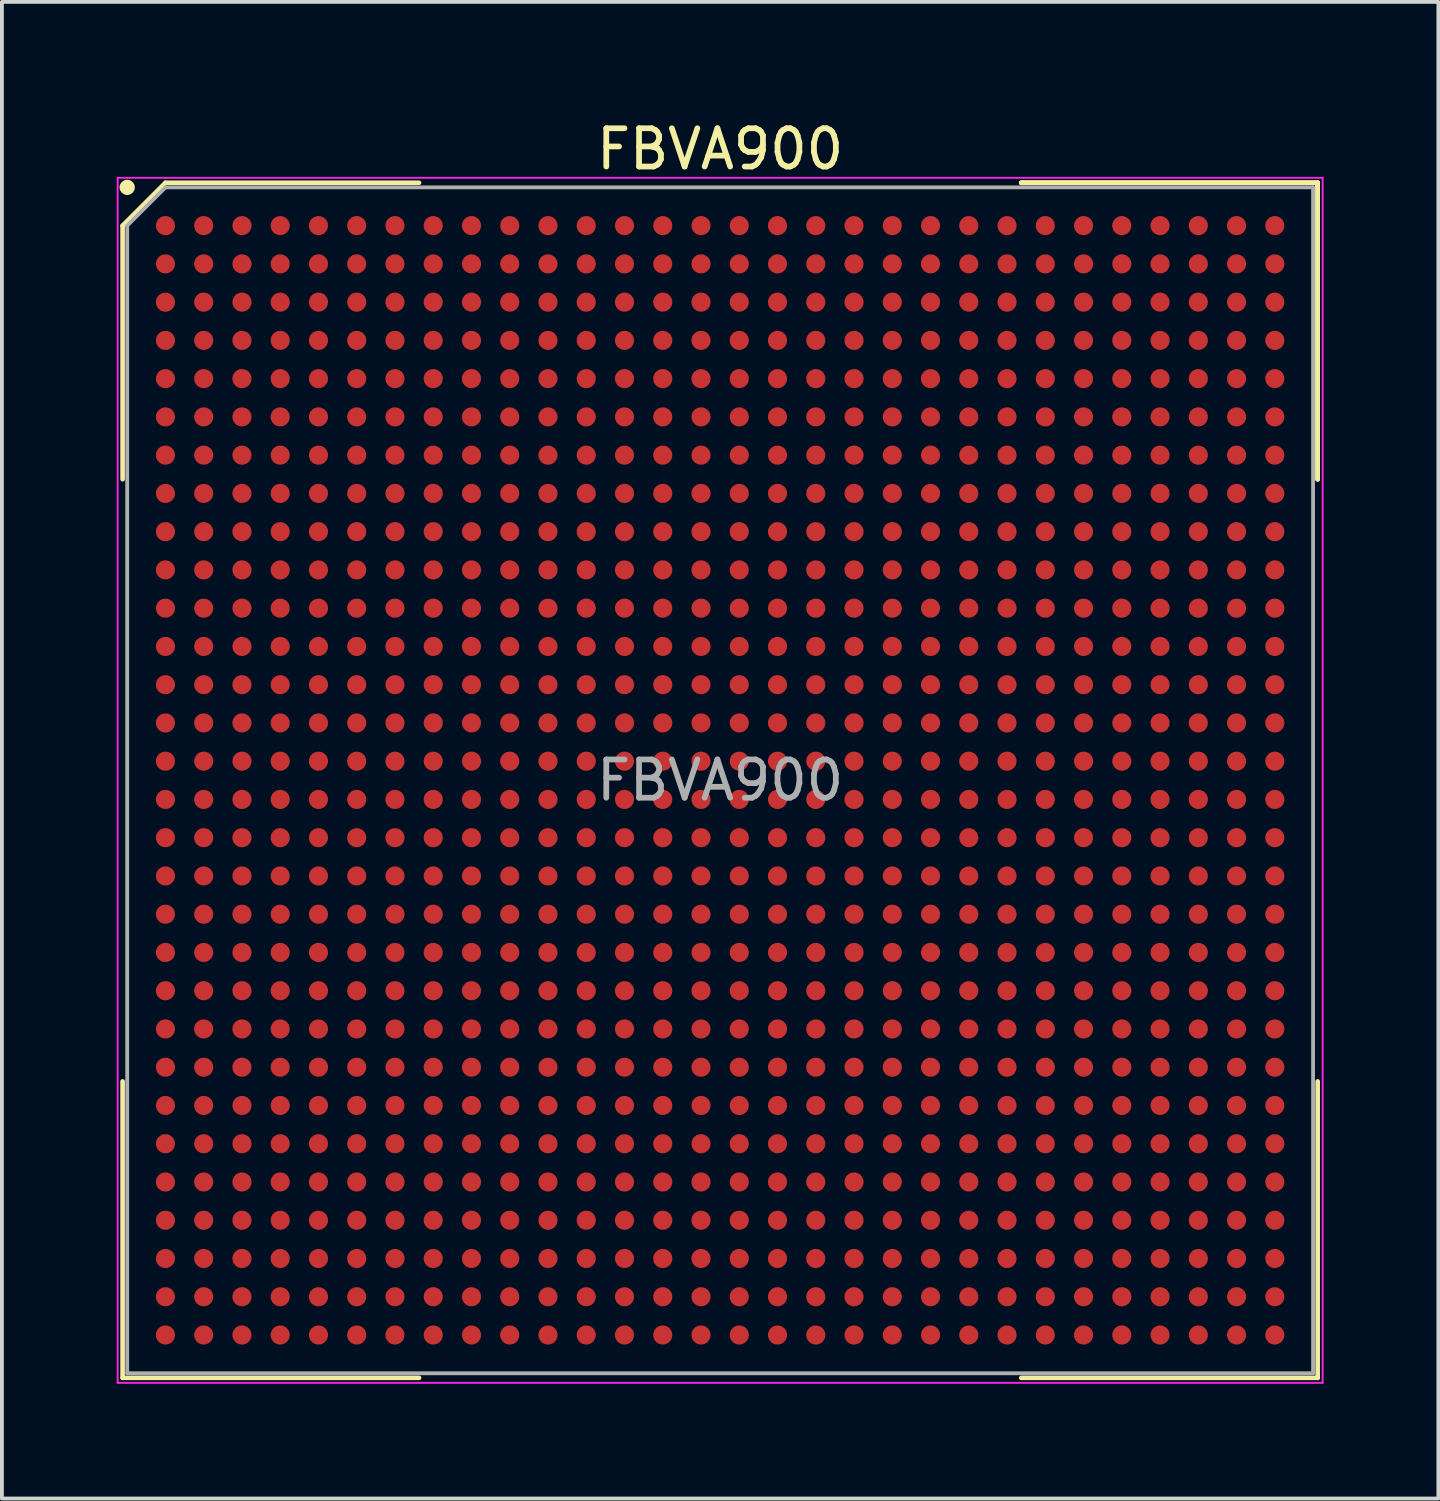
<source format=kicad_pcb>
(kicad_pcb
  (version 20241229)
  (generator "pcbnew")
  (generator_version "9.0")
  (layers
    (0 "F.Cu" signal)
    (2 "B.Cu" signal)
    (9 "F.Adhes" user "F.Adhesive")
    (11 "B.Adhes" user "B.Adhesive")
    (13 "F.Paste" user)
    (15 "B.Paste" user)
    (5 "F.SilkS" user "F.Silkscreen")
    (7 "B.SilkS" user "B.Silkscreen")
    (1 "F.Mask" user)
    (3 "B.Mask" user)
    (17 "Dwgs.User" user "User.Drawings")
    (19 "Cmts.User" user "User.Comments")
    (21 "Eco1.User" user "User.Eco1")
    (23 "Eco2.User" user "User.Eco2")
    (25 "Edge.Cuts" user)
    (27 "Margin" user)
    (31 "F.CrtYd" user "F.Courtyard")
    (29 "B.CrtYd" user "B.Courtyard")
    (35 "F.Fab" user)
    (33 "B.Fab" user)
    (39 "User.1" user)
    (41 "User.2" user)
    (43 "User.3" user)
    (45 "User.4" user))
  (footprint "FBVA900"
    (layer "F.Cu")
    (at 15.775 17.348)
    (property "Reference" "FBVA900" (at 0 -16.5 0) (layer "F.SilkS") (effects (font (size 1 1) (thickness 0.15))))
    (attr smd)
    (fp_line (start -15.62 -14.5) (end -15.62 -7.87) (stroke (width 0.12) (type solid)) (layer "F.SilkS"))
    (fp_line (start -15.62 15.62) (end -15.62 7.87) (stroke (width 0.12) (type solid)) (layer "F.SilkS"))
    (fp_line (start -14.5 -15.62) (end -15.62 -14.5) (stroke (width 0.12) (type solid)) (layer "F.SilkS"))
    (fp_line (start -7.87 -15.62) (end -14.5 -15.62) (stroke (width 0.12) (type solid)) (layer "F.SilkS"))
    (fp_line (start -7.87 15.62) (end -15.62 15.62) (stroke (width 0.12) (type solid)) (layer "F.SilkS"))
    (fp_line (start 7.87 -15.62) (end 15.62 -15.62) (stroke (width 0.12) (type solid)) (layer "F.SilkS"))
    (fp_line (start 7.87 -15.62) (end 15.62 -15.62) (stroke (width 0.12) (type solid)) (layer "F.SilkS"))
    (fp_line (start 7.87 -15.62) (end 15.62 -15.62) (stroke (width 0.12) (type solid)) (layer "F.SilkS"))
    (fp_line (start 7.87 15.62) (end 15.62 15.62) (stroke (width 0.12) (type solid)) (layer "F.SilkS"))
    (fp_line (start 15.62 -15.62) (end 15.62 -7.87) (stroke (width 0.12) (type solid)) (layer "F.SilkS"))
    (fp_line (start 15.62 -15.62) (end 15.62 -7.87) (stroke (width 0.12) (type solid)) (layer "F.SilkS"))
    (fp_line (start 15.62 -15.62) (end 15.62 -7.87) (stroke (width 0.12) (type solid)) (layer "F.SilkS"))
    (fp_line (start 15.62 15.62) (end 15.62 7.87) (stroke (width 0.12) (type solid)) (layer "F.SilkS"))
    (fp_circle (center -15.5 -15.5) (end -15.5 -15.4) (stroke (width 0.2) (type solid)) (fill no) (layer "F.SilkS"))
    (fp_line (start -15.75 -15.75) (end 15.75 -15.75) (stroke (width 0.05) (type solid)) (layer "F.CrtYd"))
    (fp_line (start -15.75 15.75) (end -15.75 -15.75) (stroke (width 0.05) (type solid)) (layer "F.CrtYd"))
    (fp_line (start 15.75 -15.75) (end 15.75 15.75) (stroke (width 0.05) (type solid)) (layer "F.CrtYd"))
    (fp_line (start 15.75 15.75) (end -15.75 15.75) (stroke (width 0.05) (type solid)) (layer "F.CrtYd"))
    (fp_line (start -15.5 -14.5) (end -15.5 15.5) (stroke (width 0.1) (type solid)) (layer "F.Fab"))
    (fp_line (start -15.5 15.5) (end 15.5 15.5) (stroke (width 0.1) (type solid)) (layer "F.Fab"))
    (fp_line (start -14.5 -15.5) (end -15.5 -14.5) (stroke (width 0.1) (type solid)) (layer "F.Fab"))
    (fp_line (start 15.5 -15.5) (end -14.5 -15.5) (stroke (width 0.1) (type solid)) (layer "F.Fab"))
    (fp_line (start 15.5 15.5) (end 15.5 -15.5) (stroke (width 0.1) (type solid)) (layer "F.Fab"))
    (fp_text user "${REFERENCE}" (at 0 0 0) (layer "F.Fab") (effects (font (size 1 1) (thickness 0.15))))
    (pad "A1" smd circle (at -14.5 -14.5) (size 0.5 0.5) (layers "F.Cu" "F.Mask" "F.Paste"))
    (pad "A2" smd circle (at -13.5 -14.5) (size 0.5 0.5) (layers "F.Cu" "F.Mask" "F.Paste"))
    (pad "A3" smd circle (at -12.5 -14.5) (size 0.5 0.5) (layers "F.Cu" "F.Mask" "F.Paste"))
    (pad "A4" smd circle (at -11.5 -14.5) (size 0.5 0.5) (layers "F.Cu" "F.Mask" "F.Paste"))
    (pad "A5" smd circle (at -10.5 -14.5) (size 0.5 0.5) (layers "F.Cu" "F.Mask" "F.Paste"))
    (pad "A6" smd circle (at -9.5 -14.5) (size 0.5 0.5) (layers "F.Cu" "F.Mask" "F.Paste"))
    (pad "A7" smd circle (at -8.5 -14.5) (size 0.5 0.5) (layers "F.Cu" "F.Mask" "F.Paste"))
    (pad "A8" smd circle (at -7.5 -14.5) (size 0.5 0.5) (layers "F.Cu" "F.Mask" "F.Paste"))
    (pad "A9" smd circle (at -6.5 -14.5) (size 0.5 0.5) (layers "F.Cu" "F.Mask" "F.Paste"))
    (pad "A10" smd circle (at -5.5 -14.5) (size 0.5 0.5) (layers "F.Cu" "F.Mask" "F.Paste"))
    (pad "A11" smd circle (at -4.5 -14.5) (size 0.5 0.5) (layers "F.Cu" "F.Mask" "F.Paste"))
    (pad "A12" smd circle (at -3.5 -14.5) (size 0.5 0.5) (layers "F.Cu" "F.Mask" "F.Paste"))
    (pad "A13" smd circle (at -2.5 -14.5) (size 0.5 0.5) (layers "F.Cu" "F.Mask" "F.Paste"))
    (pad "A14" smd circle (at -1.5 -14.5) (size 0.5 0.5) (layers "F.Cu" "F.Mask" "F.Paste"))
    (pad "A15" smd circle (at -0.5 -14.5) (size 0.5 0.5) (layers "F.Cu" "F.Mask" "F.Paste"))
    (pad "A16" smd circle (at 0.5 -14.5) (size 0.5 0.5) (layers "F.Cu" "F.Mask" "F.Paste"))
    (pad "A17" smd circle (at 1.5 -14.5) (size 0.5 0.5) (layers "F.Cu" "F.Mask" "F.Paste"))
    (pad "A18" smd circle (at 2.5 -14.5) (size 0.5 0.5) (layers "F.Cu" "F.Mask" "F.Paste"))
    (pad "A19" smd circle (at 3.5 -14.5) (size 0.5 0.5) (layers "F.Cu" "F.Mask" "F.Paste"))
    (pad "A20" smd circle (at 4.5 -14.5) (size 0.5 0.5) (layers "F.Cu" "F.Mask" "F.Paste"))
    (pad "A21" smd circle (at 5.5 -14.5) (size 0.5 0.5) (layers "F.Cu" "F.Mask" "F.Paste"))
    (pad "A22" smd circle (at 6.5 -14.5) (size 0.5 0.5) (layers "F.Cu" "F.Mask" "F.Paste"))
    (pad "A23" smd circle (at 7.5 -14.5) (size 0.5 0.5) (layers "F.Cu" "F.Mask" "F.Paste"))
    (pad "A24" smd circle (at 8.5 -14.5) (size 0.5 0.5) (layers "F.Cu" "F.Mask" "F.Paste"))
    (pad "A25" smd circle (at 9.5 -14.5) (size 0.5 0.5) (layers "F.Cu" "F.Mask" "F.Paste"))
    (pad "A26" smd circle (at 10.5 -14.5) (size 0.5 0.5) (layers "F.Cu" "F.Mask" "F.Paste"))
    (pad "A27" smd circle (at 11.5 -14.5) (size 0.5 0.5) (layers "F.Cu" "F.Mask" "F.Paste"))
    (pad "A28" smd circle (at 12.5 -14.5) (size 0.5 0.5) (layers "F.Cu" "F.Mask" "F.Paste"))
    (pad "A29" smd circle (at 13.5 -14.5) (size 0.5 0.5) (layers "F.Cu" "F.Mask" "F.Paste"))
    (pad "A30" smd circle (at 14.5 -14.5) (size 0.5 0.5) (layers "F.Cu" "F.Mask" "F.Paste"))
    (pad "AA1" smd circle (at -14.5 5.5) (size 0.5 0.5) (layers "F.Cu" "F.Mask" "F.Paste"))
    (pad "AA2" smd circle (at -13.5 5.5) (size 0.5 0.5) (layers "F.Cu" "F.Mask" "F.Paste"))
    (pad "AA3" smd circle (at -12.5 5.5) (size 0.5 0.5) (layers "F.Cu" "F.Mask" "F.Paste"))
    (pad "AA4" smd circle (at -11.5 5.5) (size 0.5 0.5) (layers "F.Cu" "F.Mask" "F.Paste"))
    (pad "AA5" smd circle (at -10.5 5.5) (size 0.5 0.5) (layers "F.Cu" "F.Mask" "F.Paste"))
    (pad "AA6" smd circle (at -9.5 5.5) (size 0.5 0.5) (layers "F.Cu" "F.Mask" "F.Paste"))
    (pad "AA7" smd circle (at -8.5 5.5) (size 0.5 0.5) (layers "F.Cu" "F.Mask" "F.Paste"))
    (pad "AA8" smd circle (at -7.5 5.5) (size 0.5 0.5) (layers "F.Cu" "F.Mask" "F.Paste"))
    (pad "AA9" smd circle (at -6.5 5.5) (size 0.5 0.5) (layers "F.Cu" "F.Mask" "F.Paste"))
    (pad "AA10" smd circle (at -5.5 5.5) (size 0.5 0.5) (layers "F.Cu" "F.Mask" "F.Paste"))
    (pad "AA11" smd circle (at -4.5 5.5) (size 0.5 0.5) (layers "F.Cu" "F.Mask" "F.Paste"))
    (pad "AA12" smd circle (at -3.5 5.5) (size 0.5 0.5) (layers "F.Cu" "F.Mask" "F.Paste"))
    (pad "AA13" smd circle (at -2.5 5.5) (size 0.5 0.5) (layers "F.Cu" "F.Mask" "F.Paste"))
    (pad "AA14" smd circle (at -1.5 5.5) (size 0.5 0.5) (layers "F.Cu" "F.Mask" "F.Paste"))
    (pad "AA15" smd circle (at -0.5 5.5) (size 0.5 0.5) (layers "F.Cu" "F.Mask" "F.Paste"))
    (pad "AA16" smd circle (at 0.5 5.5) (size 0.5 0.5) (layers "F.Cu" "F.Mask" "F.Paste"))
    (pad "AA17" smd circle (at 1.5 5.5) (size 0.5 0.5) (layers "F.Cu" "F.Mask" "F.Paste"))
    (pad "AA18" smd circle (at 2.5 5.5) (size 0.5 0.5) (layers "F.Cu" "F.Mask" "F.Paste"))
    (pad "AA19" smd circle (at 3.5 5.5) (size 0.5 0.5) (layers "F.Cu" "F.Mask" "F.Paste"))
    (pad "AA20" smd circle (at 4.5 5.5) (size 0.5 0.5) (layers "F.Cu" "F.Mask" "F.Paste"))
    (pad "AA21" smd circle (at 5.5 5.5) (size 0.5 0.5) (layers "F.Cu" "F.Mask" "F.Paste"))
    (pad "AA22" smd circle (at 6.5 5.5) (size 0.5 0.5) (layers "F.Cu" "F.Mask" "F.Paste"))
    (pad "AA23" smd circle (at 7.5 5.5) (size 0.5 0.5) (layers "F.Cu" "F.Mask" "F.Paste"))
    (pad "AA24" smd circle (at 8.5 5.5) (size 0.5 0.5) (layers "F.Cu" "F.Mask" "F.Paste"))
    (pad "AA25" smd circle (at 9.5 5.5) (size 0.5 0.5) (layers "F.Cu" "F.Mask" "F.Paste"))
    (pad "AA26" smd circle (at 10.5 5.5) (size 0.5 0.5) (layers "F.Cu" "F.Mask" "F.Paste"))
    (pad "AA27" smd circle (at 11.5 5.5) (size 0.5 0.5) (layers "F.Cu" "F.Mask" "F.Paste"))
    (pad "AA28" smd circle (at 12.5 5.5) (size 0.5 0.5) (layers "F.Cu" "F.Mask" "F.Paste"))
    (pad "AA29" smd circle (at 13.5 5.5) (size 0.5 0.5) (layers "F.Cu" "F.Mask" "F.Paste"))
    (pad "AA30" smd circle (at 14.5 5.5) (size 0.5 0.5) (layers "F.Cu" "F.Mask" "F.Paste"))
    (pad "AB1" smd circle (at -14.5 6.5) (size 0.5 0.5) (layers "F.Cu" "F.Mask" "F.Paste"))
    (pad "AB2" smd circle (at -13.5 6.5) (size 0.5 0.5) (layers "F.Cu" "F.Mask" "F.Paste"))
    (pad "AB3" smd circle (at -12.5 6.5) (size 0.5 0.5) (layers "F.Cu" "F.Mask" "F.Paste"))
    (pad "AB4" smd circle (at -11.5 6.5) (size 0.5 0.5) (layers "F.Cu" "F.Mask" "F.Paste"))
    (pad "AB5" smd circle (at -10.5 6.5) (size 0.5 0.5) (layers "F.Cu" "F.Mask" "F.Paste"))
    (pad "AB6" smd circle (at -9.5 6.5) (size 0.5 0.5) (layers "F.Cu" "F.Mask" "F.Paste"))
    (pad "AB7" smd circle (at -8.5 6.5) (size 0.5 0.5) (layers "F.Cu" "F.Mask" "F.Paste"))
    (pad "AB8" smd circle (at -7.5 6.5) (size 0.5 0.5) (layers "F.Cu" "F.Mask" "F.Paste"))
    (pad "AB9" smd circle (at -6.5 6.5) (size 0.5 0.5) (layers "F.Cu" "F.Mask" "F.Paste"))
    (pad "AB10" smd circle (at -5.5 6.5) (size 0.5 0.5) (layers "F.Cu" "F.Mask" "F.Paste"))
    (pad "AB11" smd circle (at -4.5 6.5) (size 0.5 0.5) (layers "F.Cu" "F.Mask" "F.Paste"))
    (pad "AB12" smd circle (at -3.5 6.5) (size 0.5 0.5) (layers "F.Cu" "F.Mask" "F.Paste"))
    (pad "AB13" smd circle (at -2.5 6.5) (size 0.5 0.5) (layers "F.Cu" "F.Mask" "F.Paste"))
    (pad "AB14" smd circle (at -1.5 6.5) (size 0.5 0.5) (layers "F.Cu" "F.Mask" "F.Paste"))
    (pad "AB15" smd circle (at -0.5 6.5) (size 0.5 0.5) (layers "F.Cu" "F.Mask" "F.Paste"))
    (pad "AB16" smd circle (at 0.5 6.5) (size 0.5 0.5) (layers "F.Cu" "F.Mask" "F.Paste"))
    (pad "AB17" smd circle (at 1.5 6.5) (size 0.5 0.5) (layers "F.Cu" "F.Mask" "F.Paste"))
    (pad "AB18" smd circle (at 2.5 6.5) (size 0.5 0.5) (layers "F.Cu" "F.Mask" "F.Paste"))
    (pad "AB19" smd circle (at 3.5 6.5) (size 0.5 0.5) (layers "F.Cu" "F.Mask" "F.Paste"))
    (pad "AB20" smd circle (at 4.5 6.5) (size 0.5 0.5) (layers "F.Cu" "F.Mask" "F.Paste"))
    (pad "AB21" smd circle (at 5.5 6.5) (size 0.5 0.5) (layers "F.Cu" "F.Mask" "F.Paste"))
    (pad "AB22" smd circle (at 6.5 6.5) (size 0.5 0.5) (layers "F.Cu" "F.Mask" "F.Paste"))
    (pad "AB23" smd circle (at 7.5 6.5) (size 0.5 0.5) (layers "F.Cu" "F.Mask" "F.Paste"))
    (pad "AB24" smd circle (at 8.5 6.5) (size 0.5 0.5) (layers "F.Cu" "F.Mask" "F.Paste"))
    (pad "AB25" smd circle (at 9.5 6.5) (size 0.5 0.5) (layers "F.Cu" "F.Mask" "F.Paste"))
    (pad "AB26" smd circle (at 10.5 6.5) (size 0.5 0.5) (layers "F.Cu" "F.Mask" "F.Paste"))
    (pad "AB27" smd circle (at 11.5 6.5) (size 0.5 0.5) (layers "F.Cu" "F.Mask" "F.Paste"))
    (pad "AB28" smd circle (at 12.5 6.5) (size 0.5 0.5) (layers "F.Cu" "F.Mask" "F.Paste"))
    (pad "AB29" smd circle (at 13.5 6.5) (size 0.5 0.5) (layers "F.Cu" "F.Mask" "F.Paste"))
    (pad "AB30" smd circle (at 14.5 6.5) (size 0.5 0.5) (layers "F.Cu" "F.Mask" "F.Paste"))
    (pad "AC1" smd circle (at -14.5 7.5) (size 0.5 0.5) (layers "F.Cu" "F.Mask" "F.Paste"))
    (pad "AC2" smd circle (at -13.5 7.5) (size 0.5 0.5) (layers "F.Cu" "F.Mask" "F.Paste"))
    (pad "AC3" smd circle (at -12.5 7.5) (size 0.5 0.5) (layers "F.Cu" "F.Mask" "F.Paste"))
    (pad "AC4" smd circle (at -11.5 7.5) (size 0.5 0.5) (layers "F.Cu" "F.Mask" "F.Paste"))
    (pad "AC5" smd circle (at -10.5 7.5) (size 0.5 0.5) (layers "F.Cu" "F.Mask" "F.Paste"))
    (pad "AC6" smd circle (at -9.5 7.5) (size 0.5 0.5) (layers "F.Cu" "F.Mask" "F.Paste"))
    (pad "AC7" smd circle (at -8.5 7.5) (size 0.5 0.5) (layers "F.Cu" "F.Mask" "F.Paste"))
    (pad "AC8" smd circle (at -7.5 7.5) (size 0.5 0.5) (layers "F.Cu" "F.Mask" "F.Paste"))
    (pad "AC9" smd circle (at -6.5 7.5) (size 0.5 0.5) (layers "F.Cu" "F.Mask" "F.Paste"))
    (pad "AC10" smd circle (at -5.5 7.5) (size 0.5 0.5) (layers "F.Cu" "F.Mask" "F.Paste"))
    (pad "AC11" smd circle (at -4.5 7.5) (size 0.5 0.5) (layers "F.Cu" "F.Mask" "F.Paste"))
    (pad "AC12" smd circle (at -3.5 7.5) (size 0.5 0.5) (layers "F.Cu" "F.Mask" "F.Paste"))
    (pad "AC13" smd circle (at -2.5 7.5) (size 0.5 0.5) (layers "F.Cu" "F.Mask" "F.Paste"))
    (pad "AC14" smd circle (at -1.5 7.5) (size 0.5 0.5) (layers "F.Cu" "F.Mask" "F.Paste"))
    (pad "AC15" smd circle (at -0.5 7.5) (size 0.5 0.5) (layers "F.Cu" "F.Mask" "F.Paste"))
    (pad "AC16" smd circle (at 0.5 7.5) (size 0.5 0.5) (layers "F.Cu" "F.Mask" "F.Paste"))
    (pad "AC17" smd circle (at 1.5 7.5) (size 0.5 0.5) (layers "F.Cu" "F.Mask" "F.Paste"))
    (pad "AC18" smd circle (at 2.5 7.5) (size 0.5 0.5) (layers "F.Cu" "F.Mask" "F.Paste"))
    (pad "AC19" smd circle (at 3.5 7.5) (size 0.5 0.5) (layers "F.Cu" "F.Mask" "F.Paste"))
    (pad "AC20" smd circle (at 4.5 7.5) (size 0.5 0.5) (layers "F.Cu" "F.Mask" "F.Paste"))
    (pad "AC21" smd circle (at 5.5 7.5) (size 0.5 0.5) (layers "F.Cu" "F.Mask" "F.Paste"))
    (pad "AC22" smd circle (at 6.5 7.5) (size 0.5 0.5) (layers "F.Cu" "F.Mask" "F.Paste"))
    (pad "AC23" smd circle (at 7.5 7.5) (size 0.5 0.5) (layers "F.Cu" "F.Mask" "F.Paste"))
    (pad "AC24" smd circle (at 8.5 7.5) (size 0.5 0.5) (layers "F.Cu" "F.Mask" "F.Paste"))
    (pad "AC25" smd circle (at 9.5 7.5) (size 0.5 0.5) (layers "F.Cu" "F.Mask" "F.Paste"))
    (pad "AC26" smd circle (at 10.5 7.5) (size 0.5 0.5) (layers "F.Cu" "F.Mask" "F.Paste"))
    (pad "AC27" smd circle (at 11.5 7.5) (size 0.5 0.5) (layers "F.Cu" "F.Mask" "F.Paste"))
    (pad "AC28" smd circle (at 12.5 7.5) (size 0.5 0.5) (layers "F.Cu" "F.Mask" "F.Paste"))
    (pad "AC29" smd circle (at 13.5 7.5) (size 0.5 0.5) (layers "F.Cu" "F.Mask" "F.Paste"))
    (pad "AC30" smd circle (at 14.5 7.5) (size 0.5 0.5) (layers "F.Cu" "F.Mask" "F.Paste"))
    (pad "AD1" smd circle (at -14.5 8.5) (size 0.5 0.5) (layers "F.Cu" "F.Mask" "F.Paste"))
    (pad "AD2" smd circle (at -13.5 8.5) (size 0.5 0.5) (layers "F.Cu" "F.Mask" "F.Paste"))
    (pad "AD3" smd circle (at -12.5 8.5) (size 0.5 0.5) (layers "F.Cu" "F.Mask" "F.Paste"))
    (pad "AD4" smd circle (at -11.5 8.5) (size 0.5 0.5) (layers "F.Cu" "F.Mask" "F.Paste"))
    (pad "AD5" smd circle (at -10.5 8.5) (size 0.5 0.5) (layers "F.Cu" "F.Mask" "F.Paste"))
    (pad "AD6" smd circle (at -9.5 8.5) (size 0.5 0.5) (layers "F.Cu" "F.Mask" "F.Paste"))
    (pad "AD7" smd circle (at -8.5 8.5) (size 0.5 0.5) (layers "F.Cu" "F.Mask" "F.Paste"))
    (pad "AD8" smd circle (at -7.5 8.5) (size 0.5 0.5) (layers "F.Cu" "F.Mask" "F.Paste"))
    (pad "AD9" smd circle (at -6.5 8.5) (size 0.5 0.5) (layers "F.Cu" "F.Mask" "F.Paste"))
    (pad "AD10" smd circle (at -5.5 8.5) (size 0.5 0.5) (layers "F.Cu" "F.Mask" "F.Paste"))
    (pad "AD11" smd circle (at -4.5 8.5) (size 0.5 0.5) (layers "F.Cu" "F.Mask" "F.Paste"))
    (pad "AD12" smd circle (at -3.5 8.5) (size 0.5 0.5) (layers "F.Cu" "F.Mask" "F.Paste"))
    (pad "AD13" smd circle (at -2.5 8.5) (size 0.5 0.5) (layers "F.Cu" "F.Mask" "F.Paste"))
    (pad "AD14" smd circle (at -1.5 8.5) (size 0.5 0.5) (layers "F.Cu" "F.Mask" "F.Paste"))
    (pad "AD15" smd circle (at -0.5 8.5) (size 0.5 0.5) (layers "F.Cu" "F.Mask" "F.Paste"))
    (pad "AD16" smd circle (at 0.5 8.5) (size 0.5 0.5) (layers "F.Cu" "F.Mask" "F.Paste"))
    (pad "AD17" smd circle (at 1.5 8.5) (size 0.5 0.5) (layers "F.Cu" "F.Mask" "F.Paste"))
    (pad "AD18" smd circle (at 2.5 8.5) (size 0.5 0.5) (layers "F.Cu" "F.Mask" "F.Paste"))
    (pad "AD19" smd circle (at 3.5 8.5) (size 0.5 0.5) (layers "F.Cu" "F.Mask" "F.Paste"))
    (pad "AD20" smd circle (at 4.5 8.5) (size 0.5 0.5) (layers "F.Cu" "F.Mask" "F.Paste"))
    (pad "AD21" smd circle (at 5.5 8.5) (size 0.5 0.5) (layers "F.Cu" "F.Mask" "F.Paste"))
    (pad "AD22" smd circle (at 6.5 8.5) (size 0.5 0.5) (layers "F.Cu" "F.Mask" "F.Paste"))
    (pad "AD23" smd circle (at 7.5 8.5) (size 0.5 0.5) (layers "F.Cu" "F.Mask" "F.Paste"))
    (pad "AD24" smd circle (at 8.5 8.5) (size 0.5 0.5) (layers "F.Cu" "F.Mask" "F.Paste"))
    (pad "AD25" smd circle (at 9.5 8.5) (size 0.5 0.5) (layers "F.Cu" "F.Mask" "F.Paste"))
    (pad "AD26" smd circle (at 10.5 8.5) (size 0.5 0.5) (layers "F.Cu" "F.Mask" "F.Paste"))
    (pad "AD27" smd circle (at 11.5 8.5) (size 0.5 0.5) (layers "F.Cu" "F.Mask" "F.Paste"))
    (pad "AD28" smd circle (at 12.5 8.5) (size 0.5 0.5) (layers "F.Cu" "F.Mask" "F.Paste"))
    (pad "AD29" smd circle (at 13.5 8.5) (size 0.5 0.5) (layers "F.Cu" "F.Mask" "F.Paste"))
    (pad "AD30" smd circle (at 14.5 8.5) (size 0.5 0.5) (layers "F.Cu" "F.Mask" "F.Paste"))
    (pad "AE1" smd circle (at -14.5 9.5) (size 0.5 0.5) (layers "F.Cu" "F.Mask" "F.Paste"))
    (pad "AE2" smd circle (at -13.5 9.5) (size 0.5 0.5) (layers "F.Cu" "F.Mask" "F.Paste"))
    (pad "AE3" smd circle (at -12.5 9.5) (size 0.5 0.5) (layers "F.Cu" "F.Mask" "F.Paste"))
    (pad "AE4" smd circle (at -11.5 9.5) (size 0.5 0.5) (layers "F.Cu" "F.Mask" "F.Paste"))
    (pad "AE5" smd circle (at -10.5 9.5) (size 0.5 0.5) (layers "F.Cu" "F.Mask" "F.Paste"))
    (pad "AE6" smd circle (at -9.5 9.5) (size 0.5 0.5) (layers "F.Cu" "F.Mask" "F.Paste"))
    (pad "AE7" smd circle (at -8.5 9.5) (size 0.5 0.5) (layers "F.Cu" "F.Mask" "F.Paste"))
    (pad "AE8" smd circle (at -7.5 9.5) (size 0.5 0.5) (layers "F.Cu" "F.Mask" "F.Paste"))
    (pad "AE9" smd circle (at -6.5 9.5) (size 0.5 0.5) (layers "F.Cu" "F.Mask" "F.Paste"))
    (pad "AE10" smd circle (at -5.5 9.5) (size 0.5 0.5) (layers "F.Cu" "F.Mask" "F.Paste"))
    (pad "AE11" smd circle (at -4.5 9.5) (size 0.5 0.5) (layers "F.Cu" "F.Mask" "F.Paste"))
    (pad "AE12" smd circle (at -3.5 9.5) (size 0.5 0.5) (layers "F.Cu" "F.Mask" "F.Paste"))
    (pad "AE13" smd circle (at -2.5 9.5) (size 0.5 0.5) (layers "F.Cu" "F.Mask" "F.Paste"))
    (pad "AE14" smd circle (at -1.5 9.5) (size 0.5 0.5) (layers "F.Cu" "F.Mask" "F.Paste"))
    (pad "AE15" smd circle (at -0.5 9.5) (size 0.5 0.5) (layers "F.Cu" "F.Mask" "F.Paste"))
    (pad "AE16" smd circle (at 0.5 9.5) (size 0.5 0.5) (layers "F.Cu" "F.Mask" "F.Paste"))
    (pad "AE17" smd circle (at 1.5 9.5) (size 0.5 0.5) (layers "F.Cu" "F.Mask" "F.Paste"))
    (pad "AE18" smd circle (at 2.5 9.5) (size 0.5 0.5) (layers "F.Cu" "F.Mask" "F.Paste"))
    (pad "AE19" smd circle (at 3.5 9.5) (size 0.5 0.5) (layers "F.Cu" "F.Mask" "F.Paste"))
    (pad "AE20" smd circle (at 4.5 9.5) (size 0.5 0.5) (layers "F.Cu" "F.Mask" "F.Paste"))
    (pad "AE21" smd circle (at 5.5 9.5) (size 0.5 0.5) (layers "F.Cu" "F.Mask" "F.Paste"))
    (pad "AE22" smd circle (at 6.5 9.5) (size 0.5 0.5) (layers "F.Cu" "F.Mask" "F.Paste"))
    (pad "AE23" smd circle (at 7.5 9.5) (size 0.5 0.5) (layers "F.Cu" "F.Mask" "F.Paste"))
    (pad "AE24" smd circle (at 8.5 9.5) (size 0.5 0.5) (layers "F.Cu" "F.Mask" "F.Paste"))
    (pad "AE25" smd circle (at 9.5 9.5) (size 0.5 0.5) (layers "F.Cu" "F.Mask" "F.Paste"))
    (pad "AE26" smd circle (at 10.5 9.5) (size 0.5 0.5) (layers "F.Cu" "F.Mask" "F.Paste"))
    (pad "AE27" smd circle (at 11.5 9.5) (size 0.5 0.5) (layers "F.Cu" "F.Mask" "F.Paste"))
    (pad "AE28" smd circle (at 12.5 9.5) (size 0.5 0.5) (layers "F.Cu" "F.Mask" "F.Paste"))
    (pad "AE29" smd circle (at 13.5 9.5) (size 0.5 0.5) (layers "F.Cu" "F.Mask" "F.Paste"))
    (pad "AE30" smd circle (at 14.5 9.5) (size 0.5 0.5) (layers "F.Cu" "F.Mask" "F.Paste"))
    (pad "AF1" smd circle (at -14.5 10.5) (size 0.5 0.5) (layers "F.Cu" "F.Mask" "F.Paste"))
    (pad "AF2" smd circle (at -13.5 10.5) (size 0.5 0.5) (layers "F.Cu" "F.Mask" "F.Paste"))
    (pad "AF3" smd circle (at -12.5 10.5) (size 0.5 0.5) (layers "F.Cu" "F.Mask" "F.Paste"))
    (pad "AF4" smd circle (at -11.5 10.5) (size 0.5 0.5) (layers "F.Cu" "F.Mask" "F.Paste"))
    (pad "AF5" smd circle (at -10.5 10.5) (size 0.5 0.5) (layers "F.Cu" "F.Mask" "F.Paste"))
    (pad "AF6" smd circle (at -9.5 10.5) (size 0.5 0.5) (layers "F.Cu" "F.Mask" "F.Paste"))
    (pad "AF7" smd circle (at -8.5 10.5) (size 0.5 0.5) (layers "F.Cu" "F.Mask" "F.Paste"))
    (pad "AF8" smd circle (at -7.5 10.5) (size 0.5 0.5) (layers "F.Cu" "F.Mask" "F.Paste"))
    (pad "AF9" smd circle (at -6.5 10.5) (size 0.5 0.5) (layers "F.Cu" "F.Mask" "F.Paste"))
    (pad "AF10" smd circle (at -5.5 10.5) (size 0.5 0.5) (layers "F.Cu" "F.Mask" "F.Paste"))
    (pad "AF11" smd circle (at -4.5 10.5) (size 0.5 0.5) (layers "F.Cu" "F.Mask" "F.Paste"))
    (pad "AF12" smd circle (at -3.5 10.5) (size 0.5 0.5) (layers "F.Cu" "F.Mask" "F.Paste"))
    (pad "AF13" smd circle (at -2.5 10.5) (size 0.5 0.5) (layers "F.Cu" "F.Mask" "F.Paste"))
    (pad "AF14" smd circle (at -1.5 10.5) (size 0.5 0.5) (layers "F.Cu" "F.Mask" "F.Paste"))
    (pad "AF15" smd circle (at -0.5 10.5) (size 0.5 0.5) (layers "F.Cu" "F.Mask" "F.Paste"))
    (pad "AF16" smd circle (at 0.5 10.5) (size 0.5 0.5) (layers "F.Cu" "F.Mask" "F.Paste"))
    (pad "AF17" smd circle (at 1.5 10.5) (size 0.5 0.5) (layers "F.Cu" "F.Mask" "F.Paste"))
    (pad "AF18" smd circle (at 2.5 10.5) (size 0.5 0.5) (layers "F.Cu" "F.Mask" "F.Paste"))
    (pad "AF19" smd circle (at 3.5 10.5) (size 0.5 0.5) (layers "F.Cu" "F.Mask" "F.Paste"))
    (pad "AF20" smd circle (at 4.5 10.5) (size 0.5 0.5) (layers "F.Cu" "F.Mask" "F.Paste"))
    (pad "AF21" smd circle (at 5.5 10.5) (size 0.5 0.5) (layers "F.Cu" "F.Mask" "F.Paste"))
    (pad "AF22" smd circle (at 6.5 10.5) (size 0.5 0.5) (layers "F.Cu" "F.Mask" "F.Paste"))
    (pad "AF23" smd circle (at 7.5 10.5) (size 0.5 0.5) (layers "F.Cu" "F.Mask" "F.Paste"))
    (pad "AF24" smd circle (at 8.5 10.5) (size 0.5 0.5) (layers "F.Cu" "F.Mask" "F.Paste"))
    (pad "AF25" smd circle (at 9.5 10.5) (size 0.5 0.5) (layers "F.Cu" "F.Mask" "F.Paste"))
    (pad "AF26" smd circle (at 10.5 10.5) (size 0.5 0.5) (layers "F.Cu" "F.Mask" "F.Paste"))
    (pad "AF27" smd circle (at 11.5 10.5) (size 0.5 0.5) (layers "F.Cu" "F.Mask" "F.Paste"))
    (pad "AF28" smd circle (at 12.5 10.5) (size 0.5 0.5) (layers "F.Cu" "F.Mask" "F.Paste"))
    (pad "AF29" smd circle (at 13.5 10.5) (size 0.5 0.5) (layers "F.Cu" "F.Mask" "F.Paste"))
    (pad "AF30" smd circle (at 14.5 10.5) (size 0.5 0.5) (layers "F.Cu" "F.Mask" "F.Paste"))
    (pad "AG1" smd circle (at -14.5 11.5) (size 0.5 0.5) (layers "F.Cu" "F.Mask" "F.Paste"))
    (pad "AG2" smd circle (at -13.5 11.5) (size 0.5 0.5) (layers "F.Cu" "F.Mask" "F.Paste"))
    (pad "AG3" smd circle (at -12.5 11.5) (size 0.5 0.5) (layers "F.Cu" "F.Mask" "F.Paste"))
    (pad "AG4" smd circle (at -11.5 11.5) (size 0.5 0.5) (layers "F.Cu" "F.Mask" "F.Paste"))
    (pad "AG5" smd circle (at -10.5 11.5) (size 0.5 0.5) (layers "F.Cu" "F.Mask" "F.Paste"))
    (pad "AG6" smd circle (at -9.5 11.5) (size 0.5 0.5) (layers "F.Cu" "F.Mask" "F.Paste"))
    (pad "AG7" smd circle (at -8.5 11.5) (size 0.5 0.5) (layers "F.Cu" "F.Mask" "F.Paste"))
    (pad "AG8" smd circle (at -7.5 11.5) (size 0.5 0.5) (layers "F.Cu" "F.Mask" "F.Paste"))
    (pad "AG9" smd circle (at -6.5 11.5) (size 0.5 0.5) (layers "F.Cu" "F.Mask" "F.Paste"))
    (pad "AG10" smd circle (at -5.5 11.5) (size 0.5 0.5) (layers "F.Cu" "F.Mask" "F.Paste"))
    (pad "AG11" smd circle (at -4.5 11.5) (size 0.5 0.5) (layers "F.Cu" "F.Mask" "F.Paste"))
    (pad "AG12" smd circle (at -3.5 11.5) (size 0.5 0.5) (layers "F.Cu" "F.Mask" "F.Paste"))
    (pad "AG13" smd circle (at -2.5 11.5) (size 0.5 0.5) (layers "F.Cu" "F.Mask" "F.Paste"))
    (pad "AG14" smd circle (at -1.5 11.5) (size 0.5 0.5) (layers "F.Cu" "F.Mask" "F.Paste"))
    (pad "AG15" smd circle (at -0.5 11.5) (size 0.5 0.5) (layers "F.Cu" "F.Mask" "F.Paste"))
    (pad "AG16" smd circle (at 0.5 11.5) (size 0.5 0.5) (layers "F.Cu" "F.Mask" "F.Paste"))
    (pad "AG17" smd circle (at 1.5 11.5) (size 0.5 0.5) (layers "F.Cu" "F.Mask" "F.Paste"))
    (pad "AG18" smd circle (at 2.5 11.5) (size 0.5 0.5) (layers "F.Cu" "F.Mask" "F.Paste"))
    (pad "AG19" smd circle (at 3.5 11.5) (size 0.5 0.5) (layers "F.Cu" "F.Mask" "F.Paste"))
    (pad "AG20" smd circle (at 4.5 11.5) (size 0.5 0.5) (layers "F.Cu" "F.Mask" "F.Paste"))
    (pad "AG21" smd circle (at 5.5 11.5) (size 0.5 0.5) (layers "F.Cu" "F.Mask" "F.Paste"))
    (pad "AG22" smd circle (at 6.5 11.5) (size 0.5 0.5) (layers "F.Cu" "F.Mask" "F.Paste"))
    (pad "AG23" smd circle (at 7.5 11.5) (size 0.5 0.5) (layers "F.Cu" "F.Mask" "F.Paste"))
    (pad "AG24" smd circle (at 8.5 11.5) (size 0.5 0.5) (layers "F.Cu" "F.Mask" "F.Paste"))
    (pad "AG25" smd circle (at 9.5 11.5) (size 0.5 0.5) (layers "F.Cu" "F.Mask" "F.Paste"))
    (pad "AG26" smd circle (at 10.5 11.5) (size 0.5 0.5) (layers "F.Cu" "F.Mask" "F.Paste"))
    (pad "AG27" smd circle (at 11.5 11.5) (size 0.5 0.5) (layers "F.Cu" "F.Mask" "F.Paste"))
    (pad "AG28" smd circle (at 12.5 11.5) (size 0.5 0.5) (layers "F.Cu" "F.Mask" "F.Paste"))
    (pad "AG29" smd circle (at 13.5 11.5) (size 0.5 0.5) (layers "F.Cu" "F.Mask" "F.Paste"))
    (pad "AG30" smd circle (at 14.5 11.5) (size 0.5 0.5) (layers "F.Cu" "F.Mask" "F.Paste"))
    (pad "AH1" smd circle (at -14.5 12.5) (size 0.5 0.5) (layers "F.Cu" "F.Mask" "F.Paste"))
    (pad "AH2" smd circle (at -13.5 12.5) (size 0.5 0.5) (layers "F.Cu" "F.Mask" "F.Paste"))
    (pad "AH3" smd circle (at -12.5 12.5) (size 0.5 0.5) (layers "F.Cu" "F.Mask" "F.Paste"))
    (pad "AH4" smd circle (at -11.5 12.5) (size 0.5 0.5) (layers "F.Cu" "F.Mask" "F.Paste"))
    (pad "AH5" smd circle (at -10.5 12.5) (size 0.5 0.5) (layers "F.Cu" "F.Mask" "F.Paste"))
    (pad "AH6" smd circle (at -9.5 12.5) (size 0.5 0.5) (layers "F.Cu" "F.Mask" "F.Paste"))
    (pad "AH7" smd circle (at -8.5 12.5) (size 0.5 0.5) (layers "F.Cu" "F.Mask" "F.Paste"))
    (pad "AH8" smd circle (at -7.5 12.5) (size 0.5 0.5) (layers "F.Cu" "F.Mask" "F.Paste"))
    (pad "AH9" smd circle (at -6.5 12.5) (size 0.5 0.5) (layers "F.Cu" "F.Mask" "F.Paste"))
    (pad "AH10" smd circle (at -5.5 12.5) (size 0.5 0.5) (layers "F.Cu" "F.Mask" "F.Paste"))
    (pad "AH11" smd circle (at -4.5 12.5) (size 0.5 0.5) (layers "F.Cu" "F.Mask" "F.Paste"))
    (pad "AH12" smd circle (at -3.5 12.5) (size 0.5 0.5) (layers "F.Cu" "F.Mask" "F.Paste"))
    (pad "AH13" smd circle (at -2.5 12.5) (size 0.5 0.5) (layers "F.Cu" "F.Mask" "F.Paste"))
    (pad "AH14" smd circle (at -1.5 12.5) (size 0.5 0.5) (layers "F.Cu" "F.Mask" "F.Paste"))
    (pad "AH15" smd circle (at -0.5 12.5) (size 0.5 0.5) (layers "F.Cu" "F.Mask" "F.Paste"))
    (pad "AH16" smd circle (at 0.5 12.5) (size 0.5 0.5) (layers "F.Cu" "F.Mask" "F.Paste"))
    (pad "AH17" smd circle (at 1.5 12.5) (size 0.5 0.5) (layers "F.Cu" "F.Mask" "F.Paste"))
    (pad "AH18" smd circle (at 2.5 12.5) (size 0.5 0.5) (layers "F.Cu" "F.Mask" "F.Paste"))
    (pad "AH19" smd circle (at 3.5 12.5) (size 0.5 0.5) (layers "F.Cu" "F.Mask" "F.Paste"))
    (pad "AH20" smd circle (at 4.5 12.5) (size 0.5 0.5) (layers "F.Cu" "F.Mask" "F.Paste"))
    (pad "AH21" smd circle (at 5.5 12.5) (size 0.5 0.5) (layers "F.Cu" "F.Mask" "F.Paste"))
    (pad "AH22" smd circle (at 6.5 12.5) (size 0.5 0.5) (layers "F.Cu" "F.Mask" "F.Paste"))
    (pad "AH23" smd circle (at 7.5 12.5) (size 0.5 0.5) (layers "F.Cu" "F.Mask" "F.Paste"))
    (pad "AH24" smd circle (at 8.5 12.5) (size 0.5 0.5) (layers "F.Cu" "F.Mask" "F.Paste"))
    (pad "AH25" smd circle (at 9.5 12.5) (size 0.5 0.5) (layers "F.Cu" "F.Mask" "F.Paste"))
    (pad "AH26" smd circle (at 10.5 12.5) (size 0.5 0.5) (layers "F.Cu" "F.Mask" "F.Paste"))
    (pad "AH27" smd circle (at 11.5 12.5) (size 0.5 0.5) (layers "F.Cu" "F.Mask" "F.Paste"))
    (pad "AH28" smd circle (at 12.5 12.5) (size 0.5 0.5) (layers "F.Cu" "F.Mask" "F.Paste"))
    (pad "AH29" smd circle (at 13.5 12.5) (size 0.5 0.5) (layers "F.Cu" "F.Mask" "F.Paste"))
    (pad "AH30" smd circle (at 14.5 12.5) (size 0.5 0.5) (layers "F.Cu" "F.Mask" "F.Paste"))
    (pad "AJ1" smd circle (at -14.5 13.5) (size 0.5 0.5) (layers "F.Cu" "F.Mask" "F.Paste"))
    (pad "AJ2" smd circle (at -13.5 13.5) (size 0.5 0.5) (layers "F.Cu" "F.Mask" "F.Paste"))
    (pad "AJ3" smd circle (at -12.5 13.5) (size 0.5 0.5) (layers "F.Cu" "F.Mask" "F.Paste"))
    (pad "AJ4" smd circle (at -11.5 13.5) (size 0.5 0.5) (layers "F.Cu" "F.Mask" "F.Paste"))
    (pad "AJ5" smd circle (at -10.5 13.5) (size 0.5 0.5) (layers "F.Cu" "F.Mask" "F.Paste"))
    (pad "AJ6" smd circle (at -9.5 13.5) (size 0.5 0.5) (layers "F.Cu" "F.Mask" "F.Paste"))
    (pad "AJ7" smd circle (at -8.5 13.5) (size 0.5 0.5) (layers "F.Cu" "F.Mask" "F.Paste"))
    (pad "AJ8" smd circle (at -7.5 13.5) (size 0.5 0.5) (layers "F.Cu" "F.Mask" "F.Paste"))
    (pad "AJ9" smd circle (at -6.5 13.5) (size 0.5 0.5) (layers "F.Cu" "F.Mask" "F.Paste"))
    (pad "AJ10" smd circle (at -5.5 13.5) (size 0.5 0.5) (layers "F.Cu" "F.Mask" "F.Paste"))
    (pad "AJ11" smd circle (at -4.5 13.5) (size 0.5 0.5) (layers "F.Cu" "F.Mask" "F.Paste"))
    (pad "AJ12" smd circle (at -3.5 13.5) (size 0.5 0.5) (layers "F.Cu" "F.Mask" "F.Paste"))
    (pad "AJ13" smd circle (at -2.5 13.5) (size 0.5 0.5) (layers "F.Cu" "F.Mask" "F.Paste"))
    (pad "AJ14" smd circle (at -1.5 13.5) (size 0.5 0.5) (layers "F.Cu" "F.Mask" "F.Paste"))
    (pad "AJ15" smd circle (at -0.5 13.5) (size 0.5 0.5) (layers "F.Cu" "F.Mask" "F.Paste"))
    (pad "AJ16" smd circle (at 0.5 13.5) (size 0.5 0.5) (layers "F.Cu" "F.Mask" "F.Paste"))
    (pad "AJ17" smd circle (at 1.5 13.5) (size 0.5 0.5) (layers "F.Cu" "F.Mask" "F.Paste"))
    (pad "AJ18" smd circle (at 2.5 13.5) (size 0.5 0.5) (layers "F.Cu" "F.Mask" "F.Paste"))
    (pad "AJ19" smd circle (at 3.5 13.5) (size 0.5 0.5) (layers "F.Cu" "F.Mask" "F.Paste"))
    (pad "AJ20" smd circle (at 4.5 13.5) (size 0.5 0.5) (layers "F.Cu" "F.Mask" "F.Paste"))
    (pad "AJ21" smd circle (at 5.5 13.5) (size 0.5 0.5) (layers "F.Cu" "F.Mask" "F.Paste"))
    (pad "AJ22" smd circle (at 6.5 13.5) (size 0.5 0.5) (layers "F.Cu" "F.Mask" "F.Paste"))
    (pad "AJ23" smd circle (at 7.5 13.5) (size 0.5 0.5) (layers "F.Cu" "F.Mask" "F.Paste"))
    (pad "AJ24" smd circle (at 8.5 13.5) (size 0.5 0.5) (layers "F.Cu" "F.Mask" "F.Paste"))
    (pad "AJ25" smd circle (at 9.5 13.5) (size 0.5 0.5) (layers "F.Cu" "F.Mask" "F.Paste"))
    (pad "AJ26" smd circle (at 10.5 13.5) (size 0.5 0.5) (layers "F.Cu" "F.Mask" "F.Paste"))
    (pad "AJ27" smd circle (at 11.5 13.5) (size 0.5 0.5) (layers "F.Cu" "F.Mask" "F.Paste"))
    (pad "AJ28" smd circle (at 12.5 13.5) (size 0.5 0.5) (layers "F.Cu" "F.Mask" "F.Paste"))
    (pad "AJ29" smd circle (at 13.5 13.5) (size 0.5 0.5) (layers "F.Cu" "F.Mask" "F.Paste"))
    (pad "AJ30" smd circle (at 14.5 13.5) (size 0.5 0.5) (layers "F.Cu" "F.Mask" "F.Paste"))
    (pad "AK1" smd circle (at -14.5 14.5) (size 0.5 0.5) (layers "F.Cu" "F.Mask" "F.Paste"))
    (pad "AK2" smd circle (at -13.5 14.5) (size 0.5 0.5) (layers "F.Cu" "F.Mask" "F.Paste"))
    (pad "AK3" smd circle (at -12.5 14.5) (size 0.5 0.5) (layers "F.Cu" "F.Mask" "F.Paste"))
    (pad "AK4" smd circle (at -11.5 14.5) (size 0.5 0.5) (layers "F.Cu" "F.Mask" "F.Paste"))
    (pad "AK5" smd circle (at -10.5 14.5) (size 0.5 0.5) (layers "F.Cu" "F.Mask" "F.Paste"))
    (pad "AK6" smd circle (at -9.5 14.5) (size 0.5 0.5) (layers "F.Cu" "F.Mask" "F.Paste"))
    (pad "AK7" smd circle (at -8.5 14.5) (size 0.5 0.5) (layers "F.Cu" "F.Mask" "F.Paste"))
    (pad "AK8" smd circle (at -7.5 14.5) (size 0.5 0.5) (layers "F.Cu" "F.Mask" "F.Paste"))
    (pad "AK9" smd circle (at -6.5 14.5) (size 0.5 0.5) (layers "F.Cu" "F.Mask" "F.Paste"))
    (pad "AK10" smd circle (at -5.5 14.5) (size 0.5 0.5) (layers "F.Cu" "F.Mask" "F.Paste"))
    (pad "AK11" smd circle (at -4.5 14.5) (size 0.5 0.5) (layers "F.Cu" "F.Mask" "F.Paste"))
    (pad "AK12" smd circle (at -3.5 14.5) (size 0.5 0.5) (layers "F.Cu" "F.Mask" "F.Paste"))
    (pad "AK13" smd circle (at -2.5 14.5) (size 0.5 0.5) (layers "F.Cu" "F.Mask" "F.Paste"))
    (pad "AK14" smd circle (at -1.5 14.5) (size 0.5 0.5) (layers "F.Cu" "F.Mask" "F.Paste"))
    (pad "AK15" smd circle (at -0.5 14.5) (size 0.5 0.5) (layers "F.Cu" "F.Mask" "F.Paste"))
    (pad "AK16" smd circle (at 0.5 14.5) (size 0.5 0.5) (layers "F.Cu" "F.Mask" "F.Paste"))
    (pad "AK17" smd circle (at 1.5 14.5) (size 0.5 0.5) (layers "F.Cu" "F.Mask" "F.Paste"))
    (pad "AK18" smd circle (at 2.5 14.5) (size 0.5 0.5) (layers "F.Cu" "F.Mask" "F.Paste"))
    (pad "AK19" smd circle (at 3.5 14.5) (size 0.5 0.5) (layers "F.Cu" "F.Mask" "F.Paste"))
    (pad "AK20" smd circle (at 4.5 14.5) (size 0.5 0.5) (layers "F.Cu" "F.Mask" "F.Paste"))
    (pad "AK21" smd circle (at 5.5 14.5) (size 0.5 0.5) (layers "F.Cu" "F.Mask" "F.Paste"))
    (pad "AK22" smd circle (at 6.5 14.5) (size 0.5 0.5) (layers "F.Cu" "F.Mask" "F.Paste"))
    (pad "AK23" smd circle (at 7.5 14.5) (size 0.5 0.5) (layers "F.Cu" "F.Mask" "F.Paste"))
    (pad "AK24" smd circle (at 8.5 14.5) (size 0.5 0.5) (layers "F.Cu" "F.Mask" "F.Paste"))
    (pad "AK25" smd circle (at 9.5 14.5) (size 0.5 0.5) (layers "F.Cu" "F.Mask" "F.Paste"))
    (pad "AK26" smd circle (at 10.5 14.5) (size 0.5 0.5) (layers "F.Cu" "F.Mask" "F.Paste"))
    (pad "AK27" smd circle (at 11.5 14.5) (size 0.5 0.5) (layers "F.Cu" "F.Mask" "F.Paste"))
    (pad "AK28" smd circle (at 12.5 14.5) (size 0.5 0.5) (layers "F.Cu" "F.Mask" "F.Paste"))
    (pad "AK29" smd circle (at 13.5 14.5) (size 0.5 0.5) (layers "F.Cu" "F.Mask" "F.Paste"))
    (pad "AK30" smd circle (at 14.5 14.5) (size 0.5 0.5) (layers "F.Cu" "F.Mask" "F.Paste"))
    (pad "B1" smd circle (at -14.5 -13.5) (size 0.5 0.5) (layers "F.Cu" "F.Mask" "F.Paste"))
    (pad "B2" smd circle (at -13.5 -13.5) (size 0.5 0.5) (layers "F.Cu" "F.Mask" "F.Paste"))
    (pad "B3" smd circle (at -12.5 -13.5) (size 0.5 0.5) (layers "F.Cu" "F.Mask" "F.Paste"))
    (pad "B4" smd circle (at -11.5 -13.5) (size 0.5 0.5) (layers "F.Cu" "F.Mask" "F.Paste"))
    (pad "B5" smd circle (at -10.5 -13.5) (size 0.5 0.5) (layers "F.Cu" "F.Mask" "F.Paste"))
    (pad "B6" smd circle (at -9.5 -13.5) (size 0.5 0.5) (layers "F.Cu" "F.Mask" "F.Paste"))
    (pad "B7" smd circle (at -8.5 -13.5) (size 0.5 0.5) (layers "F.Cu" "F.Mask" "F.Paste"))
    (pad "B8" smd circle (at -7.5 -13.5) (size 0.5 0.5) (layers "F.Cu" "F.Mask" "F.Paste"))
    (pad "B9" smd circle (at -6.5 -13.5) (size 0.5 0.5) (layers "F.Cu" "F.Mask" "F.Paste"))
    (pad "B10" smd circle (at -5.5 -13.5) (size 0.5 0.5) (layers "F.Cu" "F.Mask" "F.Paste"))
    (pad "B11" smd circle (at -4.5 -13.5) (size 0.5 0.5) (layers "F.Cu" "F.Mask" "F.Paste"))
    (pad "B12" smd circle (at -3.5 -13.5) (size 0.5 0.5) (layers "F.Cu" "F.Mask" "F.Paste"))
    (pad "B13" smd circle (at -2.5 -13.5) (size 0.5 0.5) (layers "F.Cu" "F.Mask" "F.Paste"))
    (pad "B14" smd circle (at -1.5 -13.5) (size 0.5 0.5) (layers "F.Cu" "F.Mask" "F.Paste"))
    (pad "B15" smd circle (at -0.5 -13.5) (size 0.5 0.5) (layers "F.Cu" "F.Mask" "F.Paste"))
    (pad "B16" smd circle (at 0.5 -13.5) (size 0.5 0.5) (layers "F.Cu" "F.Mask" "F.Paste"))
    (pad "B17" smd circle (at 1.5 -13.5) (size 0.5 0.5) (layers "F.Cu" "F.Mask" "F.Paste"))
    (pad "B18" smd circle (at 2.5 -13.5) (size 0.5 0.5) (layers "F.Cu" "F.Mask" "F.Paste"))
    (pad "B19" smd circle (at 3.5 -13.5) (size 0.5 0.5) (layers "F.Cu" "F.Mask" "F.Paste"))
    (pad "B20" smd circle (at 4.5 -13.5) (size 0.5 0.5) (layers "F.Cu" "F.Mask" "F.Paste"))
    (pad "B21" smd circle (at 5.5 -13.5) (size 0.5 0.5) (layers "F.Cu" "F.Mask" "F.Paste"))
    (pad "B22" smd circle (at 6.5 -13.5) (size 0.5 0.5) (layers "F.Cu" "F.Mask" "F.Paste"))
    (pad "B23" smd circle (at 7.5 -13.5) (size 0.5 0.5) (layers "F.Cu" "F.Mask" "F.Paste"))
    (pad "B24" smd circle (at 8.5 -13.5) (size 0.5 0.5) (layers "F.Cu" "F.Mask" "F.Paste"))
    (pad "B25" smd circle (at 9.5 -13.5) (size 0.5 0.5) (layers "F.Cu" "F.Mask" "F.Paste"))
    (pad "B26" smd circle (at 10.5 -13.5) (size 0.5 0.5) (layers "F.Cu" "F.Mask" "F.Paste"))
    (pad "B27" smd circle (at 11.5 -13.5) (size 0.5 0.5) (layers "F.Cu" "F.Mask" "F.Paste"))
    (pad "B28" smd circle (at 12.5 -13.5) (size 0.5 0.5) (layers "F.Cu" "F.Mask" "F.Paste"))
    (pad "B29" smd circle (at 13.5 -13.5) (size 0.5 0.5) (layers "F.Cu" "F.Mask" "F.Paste"))
    (pad "B30" smd circle (at 14.5 -13.5) (size 0.5 0.5) (layers "F.Cu" "F.Mask" "F.Paste"))
    (pad "C1" smd circle (at -14.5 -12.5) (size 0.5 0.5) (layers "F.Cu" "F.Mask" "F.Paste"))
    (pad "C2" smd circle (at -13.5 -12.5) (size 0.5 0.5) (layers "F.Cu" "F.Mask" "F.Paste"))
    (pad "C3" smd circle (at -12.5 -12.5) (size 0.5 0.5) (layers "F.Cu" "F.Mask" "F.Paste"))
    (pad "C4" smd circle (at -11.5 -12.5) (size 0.5 0.5) (layers "F.Cu" "F.Mask" "F.Paste"))
    (pad "C5" smd circle (at -10.5 -12.5) (size 0.5 0.5) (layers "F.Cu" "F.Mask" "F.Paste"))
    (pad "C6" smd circle (at -9.5 -12.5) (size 0.5 0.5) (layers "F.Cu" "F.Mask" "F.Paste"))
    (pad "C7" smd circle (at -8.5 -12.5) (size 0.5 0.5) (layers "F.Cu" "F.Mask" "F.Paste"))
    (pad "C8" smd circle (at -7.5 -12.5) (size 0.5 0.5) (layers "F.Cu" "F.Mask" "F.Paste"))
    (pad "C9" smd circle (at -6.5 -12.5) (size 0.5 0.5) (layers "F.Cu" "F.Mask" "F.Paste"))
    (pad "C10" smd circle (at -5.5 -12.5) (size 0.5 0.5) (layers "F.Cu" "F.Mask" "F.Paste"))
    (pad "C11" smd circle (at -4.5 -12.5) (size 0.5 0.5) (layers "F.Cu" "F.Mask" "F.Paste"))
    (pad "C12" smd circle (at -3.5 -12.5) (size 0.5 0.5) (layers "F.Cu" "F.Mask" "F.Paste"))
    (pad "C13" smd circle (at -2.5 -12.5) (size 0.5 0.5) (layers "F.Cu" "F.Mask" "F.Paste"))
    (pad "C14" smd circle (at -1.5 -12.5) (size 0.5 0.5) (layers "F.Cu" "F.Mask" "F.Paste"))
    (pad "C15" smd circle (at -0.5 -12.5) (size 0.5 0.5) (layers "F.Cu" "F.Mask" "F.Paste"))
    (pad "C16" smd circle (at 0.5 -12.5) (size 0.5 0.5) (layers "F.Cu" "F.Mask" "F.Paste"))
    (pad "C17" smd circle (at 1.5 -12.5) (size 0.5 0.5) (layers "F.Cu" "F.Mask" "F.Paste"))
    (pad "C18" smd circle (at 2.5 -12.5) (size 0.5 0.5) (layers "F.Cu" "F.Mask" "F.Paste"))
    (pad "C19" smd circle (at 3.5 -12.5) (size 0.5 0.5) (layers "F.Cu" "F.Mask" "F.Paste"))
    (pad "C20" smd circle (at 4.5 -12.5) (size 0.5 0.5) (layers "F.Cu" "F.Mask" "F.Paste"))
    (pad "C21" smd circle (at 5.5 -12.5) (size 0.5 0.5) (layers "F.Cu" "F.Mask" "F.Paste"))
    (pad "C22" smd circle (at 6.5 -12.5) (size 0.5 0.5) (layers "F.Cu" "F.Mask" "F.Paste"))
    (pad "C23" smd circle (at 7.5 -12.5) (size 0.5 0.5) (layers "F.Cu" "F.Mask" "F.Paste"))
    (pad "C24" smd circle (at 8.5 -12.5) (size 0.5 0.5) (layers "F.Cu" "F.Mask" "F.Paste"))
    (pad "C25" smd circle (at 9.5 -12.5) (size 0.5 0.5) (layers "F.Cu" "F.Mask" "F.Paste"))
    (pad "C26" smd circle (at 10.5 -12.5) (size 0.5 0.5) (layers "F.Cu" "F.Mask" "F.Paste"))
    (pad "C27" smd circle (at 11.5 -12.5) (size 0.5 0.5) (layers "F.Cu" "F.Mask" "F.Paste"))
    (pad "C28" smd circle (at 12.5 -12.5) (size 0.5 0.5) (layers "F.Cu" "F.Mask" "F.Paste"))
    (pad "C29" smd circle (at 13.5 -12.5) (size 0.5 0.5) (layers "F.Cu" "F.Mask" "F.Paste"))
    (pad "C30" smd circle (at 14.5 -12.5) (size 0.5 0.5) (layers "F.Cu" "F.Mask" "F.Paste"))
    (pad "D1" smd circle (at -14.5 -11.5) (size 0.5 0.5) (layers "F.Cu" "F.Mask" "F.Paste"))
    (pad "D2" smd circle (at -13.5 -11.5) (size 0.5 0.5) (layers "F.Cu" "F.Mask" "F.Paste"))
    (pad "D3" smd circle (at -12.5 -11.5) (size 0.5 0.5) (layers "F.Cu" "F.Mask" "F.Paste"))
    (pad "D4" smd circle (at -11.5 -11.5) (size 0.5 0.5) (layers "F.Cu" "F.Mask" "F.Paste"))
    (pad "D5" smd circle (at -10.5 -11.5) (size 0.5 0.5) (layers "F.Cu" "F.Mask" "F.Paste"))
    (pad "D6" smd circle (at -9.5 -11.5) (size 0.5 0.5) (layers "F.Cu" "F.Mask" "F.Paste"))
    (pad "D7" smd circle (at -8.5 -11.5) (size 0.5 0.5) (layers "F.Cu" "F.Mask" "F.Paste"))
    (pad "D8" smd circle (at -7.5 -11.5) (size 0.5 0.5) (layers "F.Cu" "F.Mask" "F.Paste"))
    (pad "D9" smd circle (at -6.5 -11.5) (size 0.5 0.5) (layers "F.Cu" "F.Mask" "F.Paste"))
    (pad "D10" smd circle (at -5.5 -11.5) (size 0.5 0.5) (layers "F.Cu" "F.Mask" "F.Paste"))
    (pad "D11" smd circle (at -4.5 -11.5) (size 0.5 0.5) (layers "F.Cu" "F.Mask" "F.Paste"))
    (pad "D12" smd circle (at -3.5 -11.5) (size 0.5 0.5) (layers "F.Cu" "F.Mask" "F.Paste"))
    (pad "D13" smd circle (at -2.5 -11.5) (size 0.5 0.5) (layers "F.Cu" "F.Mask" "F.Paste"))
    (pad "D14" smd circle (at -1.5 -11.5) (size 0.5 0.5) (layers "F.Cu" "F.Mask" "F.Paste"))
    (pad "D15" smd circle (at -0.5 -11.5) (size 0.5 0.5) (layers "F.Cu" "F.Mask" "F.Paste"))
    (pad "D16" smd circle (at 0.5 -11.5) (size 0.5 0.5) (layers "F.Cu" "F.Mask" "F.Paste"))
    (pad "D17" smd circle (at 1.5 -11.5) (size 0.5 0.5) (layers "F.Cu" "F.Mask" "F.Paste"))
    (pad "D18" smd circle (at 2.5 -11.5) (size 0.5 0.5) (layers "F.Cu" "F.Mask" "F.Paste"))
    (pad "D19" smd circle (at 3.5 -11.5) (size 0.5 0.5) (layers "F.Cu" "F.Mask" "F.Paste"))
    (pad "D20" smd circle (at 4.5 -11.5) (size 0.5 0.5) (layers "F.Cu" "F.Mask" "F.Paste"))
    (pad "D21" smd circle (at 5.5 -11.5) (size 0.5 0.5) (layers "F.Cu" "F.Mask" "F.Paste"))
    (pad "D22" smd circle (at 6.5 -11.5) (size 0.5 0.5) (layers "F.Cu" "F.Mask" "F.Paste"))
    (pad "D23" smd circle (at 7.5 -11.5) (size 0.5 0.5) (layers "F.Cu" "F.Mask" "F.Paste"))
    (pad "D24" smd circle (at 8.5 -11.5) (size 0.5 0.5) (layers "F.Cu" "F.Mask" "F.Paste"))
    (pad "D25" smd circle (at 9.5 -11.5) (size 0.5 0.5) (layers "F.Cu" "F.Mask" "F.Paste"))
    (pad "D26" smd circle (at 10.5 -11.5) (size 0.5 0.5) (layers "F.Cu" "F.Mask" "F.Paste"))
    (pad "D27" smd circle (at 11.5 -11.5) (size 0.5 0.5) (layers "F.Cu" "F.Mask" "F.Paste"))
    (pad "D28" smd circle (at 12.5 -11.5) (size 0.5 0.5) (layers "F.Cu" "F.Mask" "F.Paste"))
    (pad "D29" smd circle (at 13.5 -11.5) (size 0.5 0.5) (layers "F.Cu" "F.Mask" "F.Paste"))
    (pad "D30" smd circle (at 14.5 -11.5) (size 0.5 0.5) (layers "F.Cu" "F.Mask" "F.Paste"))
    (pad "E1" smd circle (at -14.5 -10.5) (size 0.5 0.5) (layers "F.Cu" "F.Mask" "F.Paste"))
    (pad "E2" smd circle (at -13.5 -10.5) (size 0.5 0.5) (layers "F.Cu" "F.Mask" "F.Paste"))
    (pad "E3" smd circle (at -12.5 -10.5) (size 0.5 0.5) (layers "F.Cu" "F.Mask" "F.Paste"))
    (pad "E4" smd circle (at -11.5 -10.5) (size 0.5 0.5) (layers "F.Cu" "F.Mask" "F.Paste"))
    (pad "E5" smd circle (at -10.5 -10.5) (size 0.5 0.5) (layers "F.Cu" "F.Mask" "F.Paste"))
    (pad "E6" smd circle (at -9.5 -10.5) (size 0.5 0.5) (layers "F.Cu" "F.Mask" "F.Paste"))
    (pad "E7" smd circle (at -8.5 -10.5) (size 0.5 0.5) (layers "F.Cu" "F.Mask" "F.Paste"))
    (pad "E8" smd circle (at -7.5 -10.5) (size 0.5 0.5) (layers "F.Cu" "F.Mask" "F.Paste"))
    (pad "E9" smd circle (at -6.5 -10.5) (size 0.5 0.5) (layers "F.Cu" "F.Mask" "F.Paste"))
    (pad "E10" smd circle (at -5.5 -10.5) (size 0.5 0.5) (layers "F.Cu" "F.Mask" "F.Paste"))
    (pad "E11" smd circle (at -4.5 -10.5) (size 0.5 0.5) (layers "F.Cu" "F.Mask" "F.Paste"))
    (pad "E12" smd circle (at -3.5 -10.5) (size 0.5 0.5) (layers "F.Cu" "F.Mask" "F.Paste"))
    (pad "E13" smd circle (at -2.5 -10.5) (size 0.5 0.5) (layers "F.Cu" "F.Mask" "F.Paste"))
    (pad "E14" smd circle (at -1.5 -10.5) (size 0.5 0.5) (layers "F.Cu" "F.Mask" "F.Paste"))
    (pad "E15" smd circle (at -0.5 -10.5) (size 0.5 0.5) (layers "F.Cu" "F.Mask" "F.Paste"))
    (pad "E16" smd circle (at 0.5 -10.5) (size 0.5 0.5) (layers "F.Cu" "F.Mask" "F.Paste"))
    (pad "E17" smd circle (at 1.5 -10.5) (size 0.5 0.5) (layers "F.Cu" "F.Mask" "F.Paste"))
    (pad "E18" smd circle (at 2.5 -10.5) (size 0.5 0.5) (layers "F.Cu" "F.Mask" "F.Paste"))
    (pad "E19" smd circle (at 3.5 -10.5) (size 0.5 0.5) (layers "F.Cu" "F.Mask" "F.Paste"))
    (pad "E20" smd circle (at 4.5 -10.5) (size 0.5 0.5) (layers "F.Cu" "F.Mask" "F.Paste"))
    (pad "E21" smd circle (at 5.5 -10.5) (size 0.5 0.5) (layers "F.Cu" "F.Mask" "F.Paste"))
    (pad "E22" smd circle (at 6.5 -10.5) (size 0.5 0.5) (layers "F.Cu" "F.Mask" "F.Paste"))
    (pad "E23" smd circle (at 7.5 -10.5) (size 0.5 0.5) (layers "F.Cu" "F.Mask" "F.Paste"))
    (pad "E24" smd circle (at 8.5 -10.5) (size 0.5 0.5) (layers "F.Cu" "F.Mask" "F.Paste"))
    (pad "E25" smd circle (at 9.5 -10.5) (size 0.5 0.5) (layers "F.Cu" "F.Mask" "F.Paste"))
    (pad "E26" smd circle (at 10.5 -10.5) (size 0.5 0.5) (layers "F.Cu" "F.Mask" "F.Paste"))
    (pad "E27" smd circle (at 11.5 -10.5) (size 0.5 0.5) (layers "F.Cu" "F.Mask" "F.Paste"))
    (pad "E28" smd circle (at 12.5 -10.5) (size 0.5 0.5) (layers "F.Cu" "F.Mask" "F.Paste"))
    (pad "E29" smd circle (at 13.5 -10.5) (size 0.5 0.5) (layers "F.Cu" "F.Mask" "F.Paste"))
    (pad "E30" smd circle (at 14.5 -10.5) (size 0.5 0.5) (layers "F.Cu" "F.Mask" "F.Paste"))
    (pad "F1" smd circle (at -14.5 -9.5) (size 0.5 0.5) (layers "F.Cu" "F.Mask" "F.Paste"))
    (pad "F2" smd circle (at -13.5 -9.5) (size 0.5 0.5) (layers "F.Cu" "F.Mask" "F.Paste"))
    (pad "F3" smd circle (at -12.5 -9.5) (size 0.5 0.5) (layers "F.Cu" "F.Mask" "F.Paste"))
    (pad "F4" smd circle (at -11.5 -9.5) (size 0.5 0.5) (layers "F.Cu" "F.Mask" "F.Paste"))
    (pad "F5" smd circle (at -10.5 -9.5) (size 0.5 0.5) (layers "F.Cu" "F.Mask" "F.Paste"))
    (pad "F6" smd circle (at -9.5 -9.5) (size 0.5 0.5) (layers "F.Cu" "F.Mask" "F.Paste"))
    (pad "F7" smd circle (at -8.5 -9.5) (size 0.5 0.5) (layers "F.Cu" "F.Mask" "F.Paste"))
    (pad "F8" smd circle (at -7.5 -9.5) (size 0.5 0.5) (layers "F.Cu" "F.Mask" "F.Paste"))
    (pad "F9" smd circle (at -6.5 -9.5) (size 0.5 0.5) (layers "F.Cu" "F.Mask" "F.Paste"))
    (pad "F10" smd circle (at -5.5 -9.5) (size 0.5 0.5) (layers "F.Cu" "F.Mask" "F.Paste"))
    (pad "F11" smd circle (at -4.5 -9.5) (size 0.5 0.5) (layers "F.Cu" "F.Mask" "F.Paste"))
    (pad "F12" smd circle (at -3.5 -9.5) (size 0.5 0.5) (layers "F.Cu" "F.Mask" "F.Paste"))
    (pad "F13" smd circle (at -2.5 -9.5) (size 0.5 0.5) (layers "F.Cu" "F.Mask" "F.Paste"))
    (pad "F14" smd circle (at -1.5 -9.5) (size 0.5 0.5) (layers "F.Cu" "F.Mask" "F.Paste"))
    (pad "F15" smd circle (at -0.5 -9.5) (size 0.5 0.5) (layers "F.Cu" "F.Mask" "F.Paste"))
    (pad "F16" smd circle (at 0.5 -9.5) (size 0.5 0.5) (layers "F.Cu" "F.Mask" "F.Paste"))
    (pad "F17" smd circle (at 1.5 -9.5) (size 0.5 0.5) (layers "F.Cu" "F.Mask" "F.Paste"))
    (pad "F18" smd circle (at 2.5 -9.5) (size 0.5 0.5) (layers "F.Cu" "F.Mask" "F.Paste"))
    (pad "F19" smd circle (at 3.5 -9.5) (size 0.5 0.5) (layers "F.Cu" "F.Mask" "F.Paste"))
    (pad "F20" smd circle (at 4.5 -9.5) (size 0.5 0.5) (layers "F.Cu" "F.Mask" "F.Paste"))
    (pad "F21" smd circle (at 5.5 -9.5) (size 0.5 0.5) (layers "F.Cu" "F.Mask" "F.Paste"))
    (pad "F22" smd circle (at 6.5 -9.5) (size 0.5 0.5) (layers "F.Cu" "F.Mask" "F.Paste"))
    (pad "F23" smd circle (at 7.5 -9.5) (size 0.5 0.5) (layers "F.Cu" "F.Mask" "F.Paste"))
    (pad "F24" smd circle (at 8.5 -9.5) (size 0.5 0.5) (layers "F.Cu" "F.Mask" "F.Paste"))
    (pad "F25" smd circle (at 9.5 -9.5) (size 0.5 0.5) (layers "F.Cu" "F.Mask" "F.Paste"))
    (pad "F26" smd circle (at 10.5 -9.5) (size 0.5 0.5) (layers "F.Cu" "F.Mask" "F.Paste"))
    (pad "F27" smd circle (at 11.5 -9.5) (size 0.5 0.5) (layers "F.Cu" "F.Mask" "F.Paste"))
    (pad "F28" smd circle (at 12.5 -9.5) (size 0.5 0.5) (layers "F.Cu" "F.Mask" "F.Paste"))
    (pad "F29" smd circle (at 13.5 -9.5) (size 0.5 0.5) (layers "F.Cu" "F.Mask" "F.Paste"))
    (pad "F30" smd circle (at 14.5 -9.5) (size 0.5 0.5) (layers "F.Cu" "F.Mask" "F.Paste"))
    (pad "G1" smd circle (at -14.5 -8.5) (size 0.5 0.5) (layers "F.Cu" "F.Mask" "F.Paste"))
    (pad "G2" smd circle (at -13.5 -8.5) (size 0.5 0.5) (layers "F.Cu" "F.Mask" "F.Paste"))
    (pad "G3" smd circle (at -12.5 -8.5) (size 0.5 0.5) (layers "F.Cu" "F.Mask" "F.Paste"))
    (pad "G4" smd circle (at -11.5 -8.5) (size 0.5 0.5) (layers "F.Cu" "F.Mask" "F.Paste"))
    (pad "G5" smd circle (at -10.5 -8.5) (size 0.5 0.5) (layers "F.Cu" "F.Mask" "F.Paste"))
    (pad "G6" smd circle (at -9.5 -8.5) (size 0.5 0.5) (layers "F.Cu" "F.Mask" "F.Paste"))
    (pad "G7" smd circle (at -8.5 -8.5) (size 0.5 0.5) (layers "F.Cu" "F.Mask" "F.Paste"))
    (pad "G8" smd circle (at -7.5 -8.5) (size 0.5 0.5) (layers "F.Cu" "F.Mask" "F.Paste"))
    (pad "G9" smd circle (at -6.5 -8.5) (size 0.5 0.5) (layers "F.Cu" "F.Mask" "F.Paste"))
    (pad "G10" smd circle (at -5.5 -8.5) (size 0.5 0.5) (layers "F.Cu" "F.Mask" "F.Paste"))
    (pad "G11" smd circle (at -4.5 -8.5) (size 0.5 0.5) (layers "F.Cu" "F.Mask" "F.Paste"))
    (pad "G12" smd circle (at -3.5 -8.5) (size 0.5 0.5) (layers "F.Cu" "F.Mask" "F.Paste"))
    (pad "G13" smd circle (at -2.5 -8.5) (size 0.5 0.5) (layers "F.Cu" "F.Mask" "F.Paste"))
    (pad "G14" smd circle (at -1.5 -8.5) (size 0.5 0.5) (layers "F.Cu" "F.Mask" "F.Paste"))
    (pad "G15" smd circle (at -0.5 -8.5) (size 0.5 0.5) (layers "F.Cu" "F.Mask" "F.Paste"))
    (pad "G16" smd circle (at 0.5 -8.5) (size 0.5 0.5) (layers "F.Cu" "F.Mask" "F.Paste"))
    (pad "G17" smd circle (at 1.5 -8.5) (size 0.5 0.5) (layers "F.Cu" "F.Mask" "F.Paste"))
    (pad "G18" smd circle (at 2.5 -8.5) (size 0.5 0.5) (layers "F.Cu" "F.Mask" "F.Paste"))
    (pad "G19" smd circle (at 3.5 -8.5) (size 0.5 0.5) (layers "F.Cu" "F.Mask" "F.Paste"))
    (pad "G20" smd circle (at 4.5 -8.5) (size 0.5 0.5) (layers "F.Cu" "F.Mask" "F.Paste"))
    (pad "G21" smd circle (at 5.5 -8.5) (size 0.5 0.5) (layers "F.Cu" "F.Mask" "F.Paste"))
    (pad "G22" smd circle (at 6.5 -8.5) (size 0.5 0.5) (layers "F.Cu" "F.Mask" "F.Paste"))
    (pad "G23" smd circle (at 7.5 -8.5) (size 0.5 0.5) (layers "F.Cu" "F.Mask" "F.Paste"))
    (pad "G24" smd circle (at 8.5 -8.5) (size 0.5 0.5) (layers "F.Cu" "F.Mask" "F.Paste"))
    (pad "G25" smd circle (at 9.5 -8.5) (size 0.5 0.5) (layers "F.Cu" "F.Mask" "F.Paste"))
    (pad "G26" smd circle (at 10.5 -8.5) (size 0.5 0.5) (layers "F.Cu" "F.Mask" "F.Paste"))
    (pad "G27" smd circle (at 11.5 -8.5) (size 0.5 0.5) (layers "F.Cu" "F.Mask" "F.Paste"))
    (pad "G28" smd circle (at 12.5 -8.5) (size 0.5 0.5) (layers "F.Cu" "F.Mask" "F.Paste"))
    (pad "G29" smd circle (at 13.5 -8.5) (size 0.5 0.5) (layers "F.Cu" "F.Mask" "F.Paste"))
    (pad "G30" smd circle (at 14.5 -8.5) (size 0.5 0.5) (layers "F.Cu" "F.Mask" "F.Paste"))
    (pad "H1" smd circle (at -14.5 -7.5) (size 0.5 0.5) (layers "F.Cu" "F.Mask" "F.Paste"))
    (pad "H2" smd circle (at -13.5 -7.5) (size 0.5 0.5) (layers "F.Cu" "F.Mask" "F.Paste"))
    (pad "H3" smd circle (at -12.5 -7.5) (size 0.5 0.5) (layers "F.Cu" "F.Mask" "F.Paste"))
    (pad "H4" smd circle (at -11.5 -7.5) (size 0.5 0.5) (layers "F.Cu" "F.Mask" "F.Paste"))
    (pad "H5" smd circle (at -10.5 -7.5) (size 0.5 0.5) (layers "F.Cu" "F.Mask" "F.Paste"))
    (pad "H6" smd circle (at -9.5 -7.5) (size 0.5 0.5) (layers "F.Cu" "F.Mask" "F.Paste"))
    (pad "H7" smd circle (at -8.5 -7.5) (size 0.5 0.5) (layers "F.Cu" "F.Mask" "F.Paste"))
    (pad "H8" smd circle (at -7.5 -7.5) (size 0.5 0.5) (layers "F.Cu" "F.Mask" "F.Paste"))
    (pad "H9" smd circle (at -6.5 -7.5) (size 0.5 0.5) (layers "F.Cu" "F.Mask" "F.Paste"))
    (pad "H10" smd circle (at -5.5 -7.5) (size 0.5 0.5) (layers "F.Cu" "F.Mask" "F.Paste"))
    (pad "H11" smd circle (at -4.5 -7.5) (size 0.5 0.5) (layers "F.Cu" "F.Mask" "F.Paste"))
    (pad "H12" smd circle (at -3.5 -7.5) (size 0.5 0.5) (layers "F.Cu" "F.Mask" "F.Paste"))
    (pad "H13" smd circle (at -2.5 -7.5) (size 0.5 0.5) (layers "F.Cu" "F.Mask" "F.Paste"))
    (pad "H14" smd circle (at -1.5 -7.5) (size 0.5 0.5) (layers "F.Cu" "F.Mask" "F.Paste"))
    (pad "H15" smd circle (at -0.5 -7.5) (size 0.5 0.5) (layers "F.Cu" "F.Mask" "F.Paste"))
    (pad "H16" smd circle (at 0.5 -7.5) (size 0.5 0.5) (layers "F.Cu" "F.Mask" "F.Paste"))
    (pad "H17" smd circle (at 1.5 -7.5) (size 0.5 0.5) (layers "F.Cu" "F.Mask" "F.Paste"))
    (pad "H18" smd circle (at 2.5 -7.5) (size 0.5 0.5) (layers "F.Cu" "F.Mask" "F.Paste"))
    (pad "H19" smd circle (at 3.5 -7.5) (size 0.5 0.5) (layers "F.Cu" "F.Mask" "F.Paste"))
    (pad "H20" smd circle (at 4.5 -7.5) (size 0.5 0.5) (layers "F.Cu" "F.Mask" "F.Paste"))
    (pad "H21" smd circle (at 5.5 -7.5) (size 0.5 0.5) (layers "F.Cu" "F.Mask" "F.Paste"))
    (pad "H22" smd circle (at 6.5 -7.5) (size 0.5 0.5) (layers "F.Cu" "F.Mask" "F.Paste"))
    (pad "H23" smd circle (at 7.5 -7.5) (size 0.5 0.5) (layers "F.Cu" "F.Mask" "F.Paste"))
    (pad "H24" smd circle (at 8.5 -7.5) (size 0.5 0.5) (layers "F.Cu" "F.Mask" "F.Paste"))
    (pad "H25" smd circle (at 9.5 -7.5) (size 0.5 0.5) (layers "F.Cu" "F.Mask" "F.Paste"))
    (pad "H26" smd circle (at 10.5 -7.5) (size 0.5 0.5) (layers "F.Cu" "F.Mask" "F.Paste"))
    (pad "H27" smd circle (at 11.5 -7.5) (size 0.5 0.5) (layers "F.Cu" "F.Mask" "F.Paste"))
    (pad "H28" smd circle (at 12.5 -7.5) (size 0.5 0.5) (layers "F.Cu" "F.Mask" "F.Paste"))
    (pad "H29" smd circle (at 13.5 -7.5) (size 0.5 0.5) (layers "F.Cu" "F.Mask" "F.Paste"))
    (pad "H30" smd circle (at 14.5 -7.5) (size 0.5 0.5) (layers "F.Cu" "F.Mask" "F.Paste"))
    (pad "J1" smd circle (at -14.5 -6.5) (size 0.5 0.5) (layers "F.Cu" "F.Mask" "F.Paste"))
    (pad "J2" smd circle (at -13.5 -6.5) (size 0.5 0.5) (layers "F.Cu" "F.Mask" "F.Paste"))
    (pad "J3" smd circle (at -12.5 -6.5) (size 0.5 0.5) (layers "F.Cu" "F.Mask" "F.Paste"))
    (pad "J4" smd circle (at -11.5 -6.5) (size 0.5 0.5) (layers "F.Cu" "F.Mask" "F.Paste"))
    (pad "J5" smd circle (at -10.5 -6.5) (size 0.5 0.5) (layers "F.Cu" "F.Mask" "F.Paste"))
    (pad "J6" smd circle (at -9.5 -6.5) (size 0.5 0.5) (layers "F.Cu" "F.Mask" "F.Paste"))
    (pad "J7" smd circle (at -8.5 -6.5) (size 0.5 0.5) (layers "F.Cu" "F.Mask" "F.Paste"))
    (pad "J8" smd circle (at -7.5 -6.5) (size 0.5 0.5) (layers "F.Cu" "F.Mask" "F.Paste"))
    (pad "J9" smd circle (at -6.5 -6.5) (size 0.5 0.5) (layers "F.Cu" "F.Mask" "F.Paste"))
    (pad "J10" smd circle (at -5.5 -6.5) (size 0.5 0.5) (layers "F.Cu" "F.Mask" "F.Paste"))
    (pad "J11" smd circle (at -4.5 -6.5) (size 0.5 0.5) (layers "F.Cu" "F.Mask" "F.Paste"))
    (pad "J12" smd circle (at -3.5 -6.5) (size 0.5 0.5) (layers "F.Cu" "F.Mask" "F.Paste"))
    (pad "J13" smd circle (at -2.5 -6.5) (size 0.5 0.5) (layers "F.Cu" "F.Mask" "F.Paste"))
    (pad "J14" smd circle (at -1.5 -6.5) (size 0.5 0.5) (layers "F.Cu" "F.Mask" "F.Paste"))
    (pad "J15" smd circle (at -0.5 -6.5) (size 0.5 0.5) (layers "F.Cu" "F.Mask" "F.Paste"))
    (pad "J16" smd circle (at 0.5 -6.5) (size 0.5 0.5) (layers "F.Cu" "F.Mask" "F.Paste"))
    (pad "J17" smd circle (at 1.5 -6.5) (size 0.5 0.5) (layers "F.Cu" "F.Mask" "F.Paste"))
    (pad "J18" smd circle (at 2.5 -6.5) (size 0.5 0.5) (layers "F.Cu" "F.Mask" "F.Paste"))
    (pad "J19" smd circle (at 3.5 -6.5) (size 0.5 0.5) (layers "F.Cu" "F.Mask" "F.Paste"))
    (pad "J20" smd circle (at 4.5 -6.5) (size 0.5 0.5) (layers "F.Cu" "F.Mask" "F.Paste"))
    (pad "J21" smd circle (at 5.5 -6.5) (size 0.5 0.5) (layers "F.Cu" "F.Mask" "F.Paste"))
    (pad "J22" smd circle (at 6.5 -6.5) (size 0.5 0.5) (layers "F.Cu" "F.Mask" "F.Paste"))
    (pad "J23" smd circle (at 7.5 -6.5) (size 0.5 0.5) (layers "F.Cu" "F.Mask" "F.Paste"))
    (pad "J24" smd circle (at 8.5 -6.5) (size 0.5 0.5) (layers "F.Cu" "F.Mask" "F.Paste"))
    (pad "J25" smd circle (at 9.5 -6.5) (size 0.5 0.5) (layers "F.Cu" "F.Mask" "F.Paste"))
    (pad "J26" smd circle (at 10.5 -6.5) (size 0.5 0.5) (layers "F.Cu" "F.Mask" "F.Paste"))
    (pad "J27" smd circle (at 11.5 -6.5) (size 0.5 0.5) (layers "F.Cu" "F.Mask" "F.Paste"))
    (pad "J28" smd circle (at 12.5 -6.5) (size 0.5 0.5) (layers "F.Cu" "F.Mask" "F.Paste"))
    (pad "J29" smd circle (at 13.5 -6.5) (size 0.5 0.5) (layers "F.Cu" "F.Mask" "F.Paste"))
    (pad "J30" smd circle (at 14.5 -6.5) (size 0.5 0.5) (layers "F.Cu" "F.Mask" "F.Paste"))
    (pad "K1" smd circle (at -14.5 -5.5) (size 0.5 0.5) (layers "F.Cu" "F.Mask" "F.Paste"))
    (pad "K2" smd circle (at -13.5 -5.5) (size 0.5 0.5) (layers "F.Cu" "F.Mask" "F.Paste"))
    (pad "K3" smd circle (at -12.5 -5.5) (size 0.5 0.5) (layers "F.Cu" "F.Mask" "F.Paste"))
    (pad "K4" smd circle (at -11.5 -5.5) (size 0.5 0.5) (layers "F.Cu" "F.Mask" "F.Paste"))
    (pad "K5" smd circle (at -10.5 -5.5) (size 0.5 0.5) (layers "F.Cu" "F.Mask" "F.Paste"))
    (pad "K6" smd circle (at -9.5 -5.5) (size 0.5 0.5) (layers "F.Cu" "F.Mask" "F.Paste"))
    (pad "K7" smd circle (at -8.5 -5.5) (size 0.5 0.5) (layers "F.Cu" "F.Mask" "F.Paste"))
    (pad "K8" smd circle (at -7.5 -5.5) (size 0.5 0.5) (layers "F.Cu" "F.Mask" "F.Paste"))
    (pad "K9" smd circle (at -6.5 -5.5) (size 0.5 0.5) (layers "F.Cu" "F.Mask" "F.Paste"))
    (pad "K10" smd circle (at -5.5 -5.5) (size 0.5 0.5) (layers "F.Cu" "F.Mask" "F.Paste"))
    (pad "K11" smd circle (at -4.5 -5.5) (size 0.5 0.5) (layers "F.Cu" "F.Mask" "F.Paste"))
    (pad "K12" smd circle (at -3.5 -5.5) (size 0.5 0.5) (layers "F.Cu" "F.Mask" "F.Paste"))
    (pad "K13" smd circle (at -2.5 -5.5) (size 0.5 0.5) (layers "F.Cu" "F.Mask" "F.Paste"))
    (pad "K14" smd circle (at -1.5 -5.5) (size 0.5 0.5) (layers "F.Cu" "F.Mask" "F.Paste"))
    (pad "K15" smd circle (at -0.5 -5.5) (size 0.5 0.5) (layers "F.Cu" "F.Mask" "F.Paste"))
    (pad "K16" smd circle (at 0.5 -5.5) (size 0.5 0.5) (layers "F.Cu" "F.Mask" "F.Paste"))
    (pad "K17" smd circle (at 1.5 -5.5) (size 0.5 0.5) (layers "F.Cu" "F.Mask" "F.Paste"))
    (pad "K18" smd circle (at 2.5 -5.5) (size 0.5 0.5) (layers "F.Cu" "F.Mask" "F.Paste"))
    (pad "K19" smd circle (at 3.5 -5.5) (size 0.5 0.5) (layers "F.Cu" "F.Mask" "F.Paste"))
    (pad "K20" smd circle (at 4.5 -5.5) (size 0.5 0.5) (layers "F.Cu" "F.Mask" "F.Paste"))
    (pad "K21" smd circle (at 5.5 -5.5) (size 0.5 0.5) (layers "F.Cu" "F.Mask" "F.Paste"))
    (pad "K22" smd circle (at 6.5 -5.5) (size 0.5 0.5) (layers "F.Cu" "F.Mask" "F.Paste"))
    (pad "K23" smd circle (at 7.5 -5.5) (size 0.5 0.5) (layers "F.Cu" "F.Mask" "F.Paste"))
    (pad "K24" smd circle (at 8.5 -5.5) (size 0.5 0.5) (layers "F.Cu" "F.Mask" "F.Paste"))
    (pad "K25" smd circle (at 9.5 -5.5) (size 0.5 0.5) (layers "F.Cu" "F.Mask" "F.Paste"))
    (pad "K26" smd circle (at 10.5 -5.5) (size 0.5 0.5) (layers "F.Cu" "F.Mask" "F.Paste"))
    (pad "K27" smd circle (at 11.5 -5.5) (size 0.5 0.5) (layers "F.Cu" "F.Mask" "F.Paste"))
    (pad "K28" smd circle (at 12.5 -5.5) (size 0.5 0.5) (layers "F.Cu" "F.Mask" "F.Paste"))
    (pad "K29" smd circle (at 13.5 -5.5) (size 0.5 0.5) (layers "F.Cu" "F.Mask" "F.Paste"))
    (pad "K30" smd circle (at 14.5 -5.5) (size 0.5 0.5) (layers "F.Cu" "F.Mask" "F.Paste"))
    (pad "L1" smd circle (at -14.5 -4.5) (size 0.5 0.5) (layers "F.Cu" "F.Mask" "F.Paste"))
    (pad "L2" smd circle (at -13.5 -4.5) (size 0.5 0.5) (layers "F.Cu" "F.Mask" "F.Paste"))
    (pad "L3" smd circle (at -12.5 -4.5) (size 0.5 0.5) (layers "F.Cu" "F.Mask" "F.Paste"))
    (pad "L4" smd circle (at -11.5 -4.5) (size 0.5 0.5) (layers "F.Cu" "F.Mask" "F.Paste"))
    (pad "L5" smd circle (at -10.5 -4.5) (size 0.5 0.5) (layers "F.Cu" "F.Mask" "F.Paste"))
    (pad "L6" smd circle (at -9.5 -4.5) (size 0.5 0.5) (layers "F.Cu" "F.Mask" "F.Paste"))
    (pad "L7" smd circle (at -8.5 -4.5) (size 0.5 0.5) (layers "F.Cu" "F.Mask" "F.Paste"))
    (pad "L8" smd circle (at -7.5 -4.5) (size 0.5 0.5) (layers "F.Cu" "F.Mask" "F.Paste"))
    (pad "L9" smd circle (at -6.5 -4.5) (size 0.5 0.5) (layers "F.Cu" "F.Mask" "F.Paste"))
    (pad "L10" smd circle (at -5.5 -4.5) (size 0.5 0.5) (layers "F.Cu" "F.Mask" "F.Paste"))
    (pad "L11" smd circle (at -4.5 -4.5) (size 0.5 0.5) (layers "F.Cu" "F.Mask" "F.Paste"))
    (pad "L12" smd circle (at -3.5 -4.5) (size 0.5 0.5) (layers "F.Cu" "F.Mask" "F.Paste"))
    (pad "L13" smd circle (at -2.5 -4.5) (size 0.5 0.5) (layers "F.Cu" "F.Mask" "F.Paste"))
    (pad "L14" smd circle (at -1.5 -4.5) (size 0.5 0.5) (layers "F.Cu" "F.Mask" "F.Paste"))
    (pad "L15" smd circle (at -0.5 -4.5) (size 0.5 0.5) (layers "F.Cu" "F.Mask" "F.Paste"))
    (pad "L16" smd circle (at 0.5 -4.5) (size 0.5 0.5) (layers "F.Cu" "F.Mask" "F.Paste"))
    (pad "L17" smd circle (at 1.5 -4.5) (size 0.5 0.5) (layers "F.Cu" "F.Mask" "F.Paste"))
    (pad "L18" smd circle (at 2.5 -4.5) (size 0.5 0.5) (layers "F.Cu" "F.Mask" "F.Paste"))
    (pad "L19" smd circle (at 3.5 -4.5) (size 0.5 0.5) (layers "F.Cu" "F.Mask" "F.Paste"))
    (pad "L20" smd circle (at 4.5 -4.5) (size 0.5 0.5) (layers "F.Cu" "F.Mask" "F.Paste"))
    (pad "L21" smd circle (at 5.5 -4.5) (size 0.5 0.5) (layers "F.Cu" "F.Mask" "F.Paste"))
    (pad "L22" smd circle (at 6.5 -4.5) (size 0.5 0.5) (layers "F.Cu" "F.Mask" "F.Paste"))
    (pad "L23" smd circle (at 7.5 -4.5) (size 0.5 0.5) (layers "F.Cu" "F.Mask" "F.Paste"))
    (pad "L24" smd circle (at 8.5 -4.5) (size 0.5 0.5) (layers "F.Cu" "F.Mask" "F.Paste"))
    (pad "L25" smd circle (at 9.5 -4.5) (size 0.5 0.5) (layers "F.Cu" "F.Mask" "F.Paste"))
    (pad "L26" smd circle (at 10.5 -4.5) (size 0.5 0.5) (layers "F.Cu" "F.Mask" "F.Paste"))
    (pad "L27" smd circle (at 11.5 -4.5) (size 0.5 0.5) (layers "F.Cu" "F.Mask" "F.Paste"))
    (pad "L28" smd circle (at 12.5 -4.5) (size 0.5 0.5) (layers "F.Cu" "F.Mask" "F.Paste"))
    (pad "L29" smd circle (at 13.5 -4.5) (size 0.5 0.5) (layers "F.Cu" "F.Mask" "F.Paste"))
    (pad "L30" smd circle (at 14.5 -4.5) (size 0.5 0.5) (layers "F.Cu" "F.Mask" "F.Paste"))
    (pad "M1" smd circle (at -14.5 -3.5) (size 0.5 0.5) (layers "F.Cu" "F.Mask" "F.Paste"))
    (pad "M2" smd circle (at -13.5 -3.5) (size 0.5 0.5) (layers "F.Cu" "F.Mask" "F.Paste"))
    (pad "M3" smd circle (at -12.5 -3.5) (size 0.5 0.5) (layers "F.Cu" "F.Mask" "F.Paste"))
    (pad "M4" smd circle (at -11.5 -3.5) (size 0.5 0.5) (layers "F.Cu" "F.Mask" "F.Paste"))
    (pad "M5" smd circle (at -10.5 -3.5) (size 0.5 0.5) (layers "F.Cu" "F.Mask" "F.Paste"))
    (pad "M6" smd circle (at -9.5 -3.5) (size 0.5 0.5) (layers "F.Cu" "F.Mask" "F.Paste"))
    (pad "M7" smd circle (at -8.5 -3.5) (size 0.5 0.5) (layers "F.Cu" "F.Mask" "F.Paste"))
    (pad "M8" smd circle (at -7.5 -3.5) (size 0.5 0.5) (layers "F.Cu" "F.Mask" "F.Paste"))
    (pad "M9" smd circle (at -6.5 -3.5) (size 0.5 0.5) (layers "F.Cu" "F.Mask" "F.Paste"))
    (pad "M10" smd circle (at -5.5 -3.5) (size 0.5 0.5) (layers "F.Cu" "F.Mask" "F.Paste"))
    (pad "M11" smd circle (at -4.5 -3.5) (size 0.5 0.5) (layers "F.Cu" "F.Mask" "F.Paste"))
    (pad "M12" smd circle (at -3.5 -3.5) (size 0.5 0.5) (layers "F.Cu" "F.Mask" "F.Paste"))
    (pad "M13" smd circle (at -2.5 -3.5) (size 0.5 0.5) (layers "F.Cu" "F.Mask" "F.Paste"))
    (pad "M14" smd circle (at -1.5 -3.5) (size 0.5 0.5) (layers "F.Cu" "F.Mask" "F.Paste"))
    (pad "M15" smd circle (at -0.5 -3.5) (size 0.5 0.5) (layers "F.Cu" "F.Mask" "F.Paste"))
    (pad "M16" smd circle (at 0.5 -3.5) (size 0.5 0.5) (layers "F.Cu" "F.Mask" "F.Paste"))
    (pad "M17" smd circle (at 1.5 -3.5) (size 0.5 0.5) (layers "F.Cu" "F.Mask" "F.Paste"))
    (pad "M18" smd circle (at 2.5 -3.5) (size 0.5 0.5) (layers "F.Cu" "F.Mask" "F.Paste"))
    (pad "M19" smd circle (at 3.5 -3.5) (size 0.5 0.5) (layers "F.Cu" "F.Mask" "F.Paste"))
    (pad "M20" smd circle (at 4.5 -3.5) (size 0.5 0.5) (layers "F.Cu" "F.Mask" "F.Paste"))
    (pad "M21" smd circle (at 5.5 -3.5) (size 0.5 0.5) (layers "F.Cu" "F.Mask" "F.Paste"))
    (pad "M22" smd circle (at 6.5 -3.5) (size 0.5 0.5) (layers "F.Cu" "F.Mask" "F.Paste"))
    (pad "M23" smd circle (at 7.5 -3.5) (size 0.5 0.5) (layers "F.Cu" "F.Mask" "F.Paste"))
    (pad "M24" smd circle (at 8.5 -3.5) (size 0.5 0.5) (layers "F.Cu" "F.Mask" "F.Paste"))
    (pad "M25" smd circle (at 9.5 -3.5) (size 0.5 0.5) (layers "F.Cu" "F.Mask" "F.Paste"))
    (pad "M26" smd circle (at 10.5 -3.5) (size 0.5 0.5) (layers "F.Cu" "F.Mask" "F.Paste"))
    (pad "M27" smd circle (at 11.5 -3.5) (size 0.5 0.5) (layers "F.Cu" "F.Mask" "F.Paste"))
    (pad "M28" smd circle (at 12.5 -3.5) (size 0.5 0.5) (layers "F.Cu" "F.Mask" "F.Paste"))
    (pad "M29" smd circle (at 13.5 -3.5) (size 0.5 0.5) (layers "F.Cu" "F.Mask" "F.Paste"))
    (pad "M30" smd circle (at 14.5 -3.5) (size 0.5 0.5) (layers "F.Cu" "F.Mask" "F.Paste"))
    (pad "N1" smd circle (at -14.5 -2.5) (size 0.5 0.5) (layers "F.Cu" "F.Mask" "F.Paste"))
    (pad "N2" smd circle (at -13.5 -2.5) (size 0.5 0.5) (layers "F.Cu" "F.Mask" "F.Paste"))
    (pad "N3" smd circle (at -12.5 -2.5) (size 0.5 0.5) (layers "F.Cu" "F.Mask" "F.Paste"))
    (pad "N4" smd circle (at -11.5 -2.5) (size 0.5 0.5) (layers "F.Cu" "F.Mask" "F.Paste"))
    (pad "N5" smd circle (at -10.5 -2.5) (size 0.5 0.5) (layers "F.Cu" "F.Mask" "F.Paste"))
    (pad "N6" smd circle (at -9.5 -2.5) (size 0.5 0.5) (layers "F.Cu" "F.Mask" "F.Paste"))
    (pad "N7" smd circle (at -8.5 -2.5) (size 0.5 0.5) (layers "F.Cu" "F.Mask" "F.Paste"))
    (pad "N8" smd circle (at -7.5 -2.5) (size 0.5 0.5) (layers "F.Cu" "F.Mask" "F.Paste"))
    (pad "N9" smd circle (at -6.5 -2.5) (size 0.5 0.5) (layers "F.Cu" "F.Mask" "F.Paste"))
    (pad "N10" smd circle (at -5.5 -2.5) (size 0.5 0.5) (layers "F.Cu" "F.Mask" "F.Paste"))
    (pad "N11" smd circle (at -4.5 -2.5) (size 0.5 0.5) (layers "F.Cu" "F.Mask" "F.Paste"))
    (pad "N12" smd circle (at -3.5 -2.5) (size 0.5 0.5) (layers "F.Cu" "F.Mask" "F.Paste"))
    (pad "N13" smd circle (at -2.5 -2.5) (size 0.5 0.5) (layers "F.Cu" "F.Mask" "F.Paste"))
    (pad "N14" smd circle (at -1.5 -2.5) (size 0.5 0.5) (layers "F.Cu" "F.Mask" "F.Paste"))
    (pad "N15" smd circle (at -0.5 -2.5) (size 0.5 0.5) (layers "F.Cu" "F.Mask" "F.Paste"))
    (pad "N16" smd circle (at 0.5 -2.5) (size 0.5 0.5) (layers "F.Cu" "F.Mask" "F.Paste"))
    (pad "N17" smd circle (at 1.5 -2.5) (size 0.5 0.5) (layers "F.Cu" "F.Mask" "F.Paste"))
    (pad "N18" smd circle (at 2.5 -2.5) (size 0.5 0.5) (layers "F.Cu" "F.Mask" "F.Paste"))
    (pad "N19" smd circle (at 3.5 -2.5) (size 0.5 0.5) (layers "F.Cu" "F.Mask" "F.Paste"))
    (pad "N20" smd circle (at 4.5 -2.5) (size 0.5 0.5) (layers "F.Cu" "F.Mask" "F.Paste"))
    (pad "N21" smd circle (at 5.5 -2.5) (size 0.5 0.5) (layers "F.Cu" "F.Mask" "F.Paste"))
    (pad "N22" smd circle (at 6.5 -2.5) (size 0.5 0.5) (layers "F.Cu" "F.Mask" "F.Paste"))
    (pad "N23" smd circle (at 7.5 -2.5) (size 0.5 0.5) (layers "F.Cu" "F.Mask" "F.Paste"))
    (pad "N24" smd circle (at 8.5 -2.5) (size 0.5 0.5) (layers "F.Cu" "F.Mask" "F.Paste"))
    (pad "N25" smd circle (at 9.5 -2.5) (size 0.5 0.5) (layers "F.Cu" "F.Mask" "F.Paste"))
    (pad "N26" smd circle (at 10.5 -2.5) (size 0.5 0.5) (layers "F.Cu" "F.Mask" "F.Paste"))
    (pad "N27" smd circle (at 11.5 -2.5) (size 0.5 0.5) (layers "F.Cu" "F.Mask" "F.Paste"))
    (pad "N28" smd circle (at 12.5 -2.5) (size 0.5 0.5) (layers "F.Cu" "F.Mask" "F.Paste"))
    (pad "N29" smd circle (at 13.5 -2.5) (size 0.5 0.5) (layers "F.Cu" "F.Mask" "F.Paste"))
    (pad "N30" smd circle (at 14.5 -2.5) (size 0.5 0.5) (layers "F.Cu" "F.Mask" "F.Paste"))
    (pad "P1" smd circle (at -14.5 -1.5) (size 0.5 0.5) (layers "F.Cu" "F.Mask" "F.Paste"))
    (pad "P2" smd circle (at -13.5 -1.5) (size 0.5 0.5) (layers "F.Cu" "F.Mask" "F.Paste"))
    (pad "P3" smd circle (at -12.5 -1.5) (size 0.5 0.5) (layers "F.Cu" "F.Mask" "F.Paste"))
    (pad "P4" smd circle (at -11.5 -1.5) (size 0.5 0.5) (layers "F.Cu" "F.Mask" "F.Paste"))
    (pad "P5" smd circle (at -10.5 -1.5) (size 0.5 0.5) (layers "F.Cu" "F.Mask" "F.Paste"))
    (pad "P6" smd circle (at -9.5 -1.5) (size 0.5 0.5) (layers "F.Cu" "F.Mask" "F.Paste"))
    (pad "P7" smd circle (at -8.5 -1.5) (size 0.5 0.5) (layers "F.Cu" "F.Mask" "F.Paste"))
    (pad "P8" smd circle (at -7.5 -1.5) (size 0.5 0.5) (layers "F.Cu" "F.Mask" "F.Paste"))
    (pad "P9" smd circle (at -6.5 -1.5) (size 0.5 0.5) (layers "F.Cu" "F.Mask" "F.Paste"))
    (pad "P10" smd circle (at -5.5 -1.5) (size 0.5 0.5) (layers "F.Cu" "F.Mask" "F.Paste"))
    (pad "P11" smd circle (at -4.5 -1.5) (size 0.5 0.5) (layers "F.Cu" "F.Mask" "F.Paste"))
    (pad "P12" smd circle (at -3.5 -1.5) (size 0.5 0.5) (layers "F.Cu" "F.Mask" "F.Paste"))
    (pad "P13" smd circle (at -2.5 -1.5) (size 0.5 0.5) (layers "F.Cu" "F.Mask" "F.Paste"))
    (pad "P14" smd circle (at -1.5 -1.5) (size 0.5 0.5) (layers "F.Cu" "F.Mask" "F.Paste"))
    (pad "P15" smd circle (at -0.5 -1.5) (size 0.5 0.5) (layers "F.Cu" "F.Mask" "F.Paste"))
    (pad "P16" smd circle (at 0.5 -1.5) (size 0.5 0.5) (layers "F.Cu" "F.Mask" "F.Paste"))
    (pad "P17" smd circle (at 1.5 -1.5) (size 0.5 0.5) (layers "F.Cu" "F.Mask" "F.Paste"))
    (pad "P18" smd circle (at 2.5 -1.5) (size 0.5 0.5) (layers "F.Cu" "F.Mask" "F.Paste"))
    (pad "P19" smd circle (at 3.5 -1.5) (size 0.5 0.5) (layers "F.Cu" "F.Mask" "F.Paste"))
    (pad "P20" smd circle (at 4.5 -1.5) (size 0.5 0.5) (layers "F.Cu" "F.Mask" "F.Paste"))
    (pad "P21" smd circle (at 5.5 -1.5) (size 0.5 0.5) (layers "F.Cu" "F.Mask" "F.Paste"))
    (pad "P22" smd circle (at 6.5 -1.5) (size 0.5 0.5) (layers "F.Cu" "F.Mask" "F.Paste"))
    (pad "P23" smd circle (at 7.5 -1.5) (size 0.5 0.5) (layers "F.Cu" "F.Mask" "F.Paste"))
    (pad "P24" smd circle (at 8.5 -1.5) (size 0.5 0.5) (layers "F.Cu" "F.Mask" "F.Paste"))
    (pad "P25" smd circle (at 9.5 -1.5) (size 0.5 0.5) (layers "F.Cu" "F.Mask" "F.Paste"))
    (pad "P26" smd circle (at 10.5 -1.5) (size 0.5 0.5) (layers "F.Cu" "F.Mask" "F.Paste"))
    (pad "P27" smd circle (at 11.5 -1.5) (size 0.5 0.5) (layers "F.Cu" "F.Mask" "F.Paste"))
    (pad "P28" smd circle (at 12.5 -1.5) (size 0.5 0.5) (layers "F.Cu" "F.Mask" "F.Paste"))
    (pad "P29" smd circle (at 13.5 -1.5) (size 0.5 0.5) (layers "F.Cu" "F.Mask" "F.Paste"))
    (pad "P30" smd circle (at 14.5 -1.5) (size 0.5 0.5) (layers "F.Cu" "F.Mask" "F.Paste"))
    (pad "R1" smd circle (at -14.5 -0.5) (size 0.5 0.5) (layers "F.Cu" "F.Mask" "F.Paste"))
    (pad "R2" smd circle (at -13.5 -0.5) (size 0.5 0.5) (layers "F.Cu" "F.Mask" "F.Paste"))
    (pad "R3" smd circle (at -12.5 -0.5) (size 0.5 0.5) (layers "F.Cu" "F.Mask" "F.Paste"))
    (pad "R4" smd circle (at -11.5 -0.5) (size 0.5 0.5) (layers "F.Cu" "F.Mask" "F.Paste"))
    (pad "R5" smd circle (at -10.5 -0.5) (size 0.5 0.5) (layers "F.Cu" "F.Mask" "F.Paste"))
    (pad "R6" smd circle (at -9.5 -0.5) (size 0.5 0.5) (layers "F.Cu" "F.Mask" "F.Paste"))
    (pad "R7" smd circle (at -8.5 -0.5) (size 0.5 0.5) (layers "F.Cu" "F.Mask" "F.Paste"))
    (pad "R8" smd circle (at -7.5 -0.5) (size 0.5 0.5) (layers "F.Cu" "F.Mask" "F.Paste"))
    (pad "R9" smd circle (at -6.5 -0.5) (size 0.5 0.5) (layers "F.Cu" "F.Mask" "F.Paste"))
    (pad "R10" smd circle (at -5.5 -0.5) (size 0.5 0.5) (layers "F.Cu" "F.Mask" "F.Paste"))
    (pad "R11" smd circle (at -4.5 -0.5) (size 0.5 0.5) (layers "F.Cu" "F.Mask" "F.Paste"))
    (pad "R12" smd circle (at -3.5 -0.5) (size 0.5 0.5) (layers "F.Cu" "F.Mask" "F.Paste"))
    (pad "R13" smd circle (at -2.5 -0.5) (size 0.5 0.5) (layers "F.Cu" "F.Mask" "F.Paste"))
    (pad "R14" smd circle (at -1.5 -0.5) (size 0.5 0.5) (layers "F.Cu" "F.Mask" "F.Paste"))
    (pad "R15" smd circle (at -0.5 -0.5) (size 0.5 0.5) (layers "F.Cu" "F.Mask" "F.Paste"))
    (pad "R16" smd circle (at 0.5 -0.5) (size 0.5 0.5) (layers "F.Cu" "F.Mask" "F.Paste"))
    (pad "R17" smd circle (at 1.5 -0.5) (size 0.5 0.5) (layers "F.Cu" "F.Mask" "F.Paste"))
    (pad "R18" smd circle (at 2.5 -0.5) (size 0.5 0.5) (layers "F.Cu" "F.Mask" "F.Paste"))
    (pad "R19" smd circle (at 3.5 -0.5) (size 0.5 0.5) (layers "F.Cu" "F.Mask" "F.Paste"))
    (pad "R20" smd circle (at 4.5 -0.5) (size 0.5 0.5) (layers "F.Cu" "F.Mask" "F.Paste"))
    (pad "R21" smd circle (at 5.5 -0.5) (size 0.5 0.5) (layers "F.Cu" "F.Mask" "F.Paste"))
    (pad "R22" smd circle (at 6.5 -0.5) (size 0.5 0.5) (layers "F.Cu" "F.Mask" "F.Paste"))
    (pad "R23" smd circle (at 7.5 -0.5) (size 0.5 0.5) (layers "F.Cu" "F.Mask" "F.Paste"))
    (pad "R24" smd circle (at 8.5 -0.5) (size 0.5 0.5) (layers "F.Cu" "F.Mask" "F.Paste"))
    (pad "R25" smd circle (at 9.5 -0.5) (size 0.5 0.5) (layers "F.Cu" "F.Mask" "F.Paste"))
    (pad "R26" smd circle (at 10.5 -0.5) (size 0.5 0.5) (layers "F.Cu" "F.Mask" "F.Paste"))
    (pad "R27" smd circle (at 11.5 -0.5) (size 0.5 0.5) (layers "F.Cu" "F.Mask" "F.Paste"))
    (pad "R28" smd circle (at 12.5 -0.5) (size 0.5 0.5) (layers "F.Cu" "F.Mask" "F.Paste"))
    (pad "R29" smd circle (at 13.5 -0.5) (size 0.5 0.5) (layers "F.Cu" "F.Mask" "F.Paste"))
    (pad "R30" smd circle (at 14.5 -0.5) (size 0.5 0.5) (layers "F.Cu" "F.Mask" "F.Paste"))
    (pad "T1" smd circle (at -14.5 0.5) (size 0.5 0.5) (layers "F.Cu" "F.Mask" "F.Paste"))
    (pad "T2" smd circle (at -13.5 0.5) (size 0.5 0.5) (layers "F.Cu" "F.Mask" "F.Paste"))
    (pad "T3" smd circle (at -12.5 0.5) (size 0.5 0.5) (layers "F.Cu" "F.Mask" "F.Paste"))
    (pad "T4" smd circle (at -11.5 0.5) (size 0.5 0.5) (layers "F.Cu" "F.Mask" "F.Paste"))
    (pad "T5" smd circle (at -10.5 0.5) (size 0.5 0.5) (layers "F.Cu" "F.Mask" "F.Paste"))
    (pad "T6" smd circle (at -9.5 0.5) (size 0.5 0.5) (layers "F.Cu" "F.Mask" "F.Paste"))
    (pad "T7" smd circle (at -8.5 0.5) (size 0.5 0.5) (layers "F.Cu" "F.Mask" "F.Paste"))
    (pad "T8" smd circle (at -7.5 0.5) (size 0.5 0.5) (layers "F.Cu" "F.Mask" "F.Paste"))
    (pad "T9" smd circle (at -6.5 0.5) (size 0.5 0.5) (layers "F.Cu" "F.Mask" "F.Paste"))
    (pad "T10" smd circle (at -5.5 0.5) (size 0.5 0.5) (layers "F.Cu" "F.Mask" "F.Paste"))
    (pad "T11" smd circle (at -4.5 0.5) (size 0.5 0.5) (layers "F.Cu" "F.Mask" "F.Paste"))
    (pad "T12" smd circle (at -3.5 0.5) (size 0.5 0.5) (layers "F.Cu" "F.Mask" "F.Paste"))
    (pad "T13" smd circle (at -2.5 0.5) (size 0.5 0.5) (layers "F.Cu" "F.Mask" "F.Paste"))
    (pad "T14" smd circle (at -1.5 0.5) (size 0.5 0.5) (layers "F.Cu" "F.Mask" "F.Paste"))
    (pad "T15" smd circle (at -0.5 0.5) (size 0.5 0.5) (layers "F.Cu" "F.Mask" "F.Paste"))
    (pad "T16" smd circle (at 0.5 0.5) (size 0.5 0.5) (layers "F.Cu" "F.Mask" "F.Paste"))
    (pad "T17" smd circle (at 1.5 0.5) (size 0.5 0.5) (layers "F.Cu" "F.Mask" "F.Paste"))
    (pad "T18" smd circle (at 2.5 0.5) (size 0.5 0.5) (layers "F.Cu" "F.Mask" "F.Paste"))
    (pad "T19" smd circle (at 3.5 0.5) (size 0.5 0.5) (layers "F.Cu" "F.Mask" "F.Paste"))
    (pad "T20" smd circle (at 4.5 0.5) (size 0.5 0.5) (layers "F.Cu" "F.Mask" "F.Paste"))
    (pad "T21" smd circle (at 5.5 0.5) (size 0.5 0.5) (layers "F.Cu" "F.Mask" "F.Paste"))
    (pad "T22" smd circle (at 6.5 0.5) (size 0.5 0.5) (layers "F.Cu" "F.Mask" "F.Paste"))
    (pad "T23" smd circle (at 7.5 0.5) (size 0.5 0.5) (layers "F.Cu" "F.Mask" "F.Paste"))
    (pad "T24" smd circle (at 8.5 0.5) (size 0.5 0.5) (layers "F.Cu" "F.Mask" "F.Paste"))
    (pad "T25" smd circle (at 9.5 0.5) (size 0.5 0.5) (layers "F.Cu" "F.Mask" "F.Paste"))
    (pad "T26" smd circle (at 10.5 0.5) (size 0.5 0.5) (layers "F.Cu" "F.Mask" "F.Paste"))
    (pad "T27" smd circle (at 11.5 0.5) (size 0.5 0.5) (layers "F.Cu" "F.Mask" "F.Paste"))
    (pad "T28" smd circle (at 12.5 0.5) (size 0.5 0.5) (layers "F.Cu" "F.Mask" "F.Paste"))
    (pad "T29" smd circle (at 13.5 0.5) (size 0.5 0.5) (layers "F.Cu" "F.Mask" "F.Paste"))
    (pad "T30" smd circle (at 14.5 0.5) (size 0.5 0.5) (layers "F.Cu" "F.Mask" "F.Paste"))
    (pad "U1" smd circle (at -14.5 1.5) (size 0.5 0.5) (layers "F.Cu" "F.Mask" "F.Paste"))
    (pad "U2" smd circle (at -13.5 1.5) (size 0.5 0.5) (layers "F.Cu" "F.Mask" "F.Paste"))
    (pad "U3" smd circle (at -12.5 1.5) (size 0.5 0.5) (layers "F.Cu" "F.Mask" "F.Paste"))
    (pad "U4" smd circle (at -11.5 1.5) (size 0.5 0.5) (layers "F.Cu" "F.Mask" "F.Paste"))
    (pad "U5" smd circle (at -10.5 1.5) (size 0.5 0.5) (layers "F.Cu" "F.Mask" "F.Paste"))
    (pad "U6" smd circle (at -9.5 1.5) (size 0.5 0.5) (layers "F.Cu" "F.Mask" "F.Paste"))
    (pad "U7" smd circle (at -8.5 1.5) (size 0.5 0.5) (layers "F.Cu" "F.Mask" "F.Paste"))
    (pad "U8" smd circle (at -7.5 1.5) (size 0.5 0.5) (layers "F.Cu" "F.Mask" "F.Paste"))
    (pad "U9" smd circle (at -6.5 1.5) (size 0.5 0.5) (layers "F.Cu" "F.Mask" "F.Paste"))
    (pad "U10" smd circle (at -5.5 1.5) (size 0.5 0.5) (layers "F.Cu" "F.Mask" "F.Paste"))
    (pad "U11" smd circle (at -4.5 1.5) (size 0.5 0.5) (layers "F.Cu" "F.Mask" "F.Paste"))
    (pad "U12" smd circle (at -3.5 1.5) (size 0.5 0.5) (layers "F.Cu" "F.Mask" "F.Paste"))
    (pad "U13" smd circle (at -2.5 1.5) (size 0.5 0.5) (layers "F.Cu" "F.Mask" "F.Paste"))
    (pad "U14" smd circle (at -1.5 1.5) (size 0.5 0.5) (layers "F.Cu" "F.Mask" "F.Paste"))
    (pad "U15" smd circle (at -0.5 1.5) (size 0.5 0.5) (layers "F.Cu" "F.Mask" "F.Paste"))
    (pad "U16" smd circle (at 0.5 1.5) (size 0.5 0.5) (layers "F.Cu" "F.Mask" "F.Paste"))
    (pad "U17" smd circle (at 1.5 1.5) (size 0.5 0.5) (layers "F.Cu" "F.Mask" "F.Paste"))
    (pad "U18" smd circle (at 2.5 1.5) (size 0.5 0.5) (layers "F.Cu" "F.Mask" "F.Paste"))
    (pad "U19" smd circle (at 3.5 1.5) (size 0.5 0.5) (layers "F.Cu" "F.Mask" "F.Paste"))
    (pad "U20" smd circle (at 4.5 1.5) (size 0.5 0.5) (layers "F.Cu" "F.Mask" "F.Paste"))
    (pad "U21" smd circle (at 5.5 1.5) (size 0.5 0.5) (layers "F.Cu" "F.Mask" "F.Paste"))
    (pad "U22" smd circle (at 6.5 1.5) (size 0.5 0.5) (layers "F.Cu" "F.Mask" "F.Paste"))
    (pad "U23" smd circle (at 7.5 1.5) (size 0.5 0.5) (layers "F.Cu" "F.Mask" "F.Paste"))
    (pad "U24" smd circle (at 8.5 1.5) (size 0.5 0.5) (layers "F.Cu" "F.Mask" "F.Paste"))
    (pad "U25" smd circle (at 9.5 1.5) (size 0.5 0.5) (layers "F.Cu" "F.Mask" "F.Paste"))
    (pad "U26" smd circle (at 10.5 1.5) (size 0.5 0.5) (layers "F.Cu" "F.Mask" "F.Paste"))
    (pad "U27" smd circle (at 11.5 1.5) (size 0.5 0.5) (layers "F.Cu" "F.Mask" "F.Paste"))
    (pad "U28" smd circle (at 12.5 1.5) (size 0.5 0.5) (layers "F.Cu" "F.Mask" "F.Paste"))
    (pad "U29" smd circle (at 13.5 1.5) (size 0.5 0.5) (layers "F.Cu" "F.Mask" "F.Paste"))
    (pad "U30" smd circle (at 14.5 1.5) (size 0.5 0.5) (layers "F.Cu" "F.Mask" "F.Paste"))
    (pad "V1" smd circle (at -14.5 2.5) (size 0.5 0.5) (layers "F.Cu" "F.Mask" "F.Paste"))
    (pad "V2" smd circle (at -13.5 2.5) (size 0.5 0.5) (layers "F.Cu" "F.Mask" "F.Paste"))
    (pad "V3" smd circle (at -12.5 2.5) (size 0.5 0.5) (layers "F.Cu" "F.Mask" "F.Paste"))
    (pad "V4" smd circle (at -11.5 2.5) (size 0.5 0.5) (layers "F.Cu" "F.Mask" "F.Paste"))
    (pad "V5" smd circle (at -10.5 2.5) (size 0.5 0.5) (layers "F.Cu" "F.Mask" "F.Paste"))
    (pad "V6" smd circle (at -9.5 2.5) (size 0.5 0.5) (layers "F.Cu" "F.Mask" "F.Paste"))
    (pad "V7" smd circle (at -8.5 2.5) (size 0.5 0.5) (layers "F.Cu" "F.Mask" "F.Paste"))
    (pad "V8" smd circle (at -7.5 2.5) (size 0.5 0.5) (layers "F.Cu" "F.Mask" "F.Paste"))
    (pad "V9" smd circle (at -6.5 2.5) (size 0.5 0.5) (layers "F.Cu" "F.Mask" "F.Paste"))
    (pad "V10" smd circle (at -5.5 2.5) (size 0.5 0.5) (layers "F.Cu" "F.Mask" "F.Paste"))
    (pad "V11" smd circle (at -4.5 2.5) (size 0.5 0.5) (layers "F.Cu" "F.Mask" "F.Paste"))
    (pad "V12" smd circle (at -3.5 2.5) (size 0.5 0.5) (layers "F.Cu" "F.Mask" "F.Paste"))
    (pad "V13" smd circle (at -2.5 2.5) (size 0.5 0.5) (layers "F.Cu" "F.Mask" "F.Paste"))
    (pad "V14" smd circle (at -1.5 2.5) (size 0.5 0.5) (layers "F.Cu" "F.Mask" "F.Paste"))
    (pad "V15" smd circle (at -0.5 2.5) (size 0.5 0.5) (layers "F.Cu" "F.Mask" "F.Paste"))
    (pad "V16" smd circle (at 0.5 2.5) (size 0.5 0.5) (layers "F.Cu" "F.Mask" "F.Paste"))
    (pad "V17" smd circle (at 1.5 2.5) (size 0.5 0.5) (layers "F.Cu" "F.Mask" "F.Paste"))
    (pad "V18" smd circle (at 2.5 2.5) (size 0.5 0.5) (layers "F.Cu" "F.Mask" "F.Paste"))
    (pad "V19" smd circle (at 3.5 2.5) (size 0.5 0.5) (layers "F.Cu" "F.Mask" "F.Paste"))
    (pad "V20" smd circle (at 4.5 2.5) (size 0.5 0.5) (layers "F.Cu" "F.Mask" "F.Paste"))
    (pad "V21" smd circle (at 5.5 2.5) (size 0.5 0.5) (layers "F.Cu" "F.Mask" "F.Paste"))
    (pad "V22" smd circle (at 6.5 2.5) (size 0.5 0.5) (layers "F.Cu" "F.Mask" "F.Paste"))
    (pad "V23" smd circle (at 7.5 2.5) (size 0.5 0.5) (layers "F.Cu" "F.Mask" "F.Paste"))
    (pad "V24" smd circle (at 8.5 2.5) (size 0.5 0.5) (layers "F.Cu" "F.Mask" "F.Paste"))
    (pad "V25" smd circle (at 9.5 2.5) (size 0.5 0.5) (layers "F.Cu" "F.Mask" "F.Paste"))
    (pad "V26" smd circle (at 10.5 2.5) (size 0.5 0.5) (layers "F.Cu" "F.Mask" "F.Paste"))
    (pad "V27" smd circle (at 11.5 2.5) (size 0.5 0.5) (layers "F.Cu" "F.Mask" "F.Paste"))
    (pad "V28" smd circle (at 12.5 2.5) (size 0.5 0.5) (layers "F.Cu" "F.Mask" "F.Paste"))
    (pad "V29" smd circle (at 13.5 2.5) (size 0.5 0.5) (layers "F.Cu" "F.Mask" "F.Paste"))
    (pad "V30" smd circle (at 14.5 2.5) (size 0.5 0.5) (layers "F.Cu" "F.Mask" "F.Paste"))
    (pad "W1" smd circle (at -14.5 3.5) (size 0.5 0.5) (layers "F.Cu" "F.Mask" "F.Paste"))
    (pad "W2" smd circle (at -13.5 3.5) (size 0.5 0.5) (layers "F.Cu" "F.Mask" "F.Paste"))
    (pad "W3" smd circle (at -12.5 3.5) (size 0.5 0.5) (layers "F.Cu" "F.Mask" "F.Paste"))
    (pad "W4" smd circle (at -11.5 3.5) (size 0.5 0.5) (layers "F.Cu" "F.Mask" "F.Paste"))
    (pad "W5" smd circle (at -10.5 3.5) (size 0.5 0.5) (layers "F.Cu" "F.Mask" "F.Paste"))
    (pad "W6" smd circle (at -9.5 3.5) (size 0.5 0.5) (layers "F.Cu" "F.Mask" "F.Paste"))
    (pad "W7" smd circle (at -8.5 3.5) (size 0.5 0.5) (layers "F.Cu" "F.Mask" "F.Paste"))
    (pad "W8" smd circle (at -7.5 3.5) (size 0.5 0.5) (layers "F.Cu" "F.Mask" "F.Paste"))
    (pad "W9" smd circle (at -6.5 3.5) (size 0.5 0.5) (layers "F.Cu" "F.Mask" "F.Paste"))
    (pad "W10" smd circle (at -5.5 3.5) (size 0.5 0.5) (layers "F.Cu" "F.Mask" "F.Paste"))
    (pad "W11" smd circle (at -4.5 3.5) (size 0.5 0.5) (layers "F.Cu" "F.Mask" "F.Paste"))
    (pad "W12" smd circle (at -3.5 3.5) (size 0.5 0.5) (layers "F.Cu" "F.Mask" "F.Paste"))
    (pad "W13" smd circle (at -2.5 3.5) (size 0.5 0.5) (layers "F.Cu" "F.Mask" "F.Paste"))
    (pad "W14" smd circle (at -1.5 3.5) (size 0.5 0.5) (layers "F.Cu" "F.Mask" "F.Paste"))
    (pad "W15" smd circle (at -0.5 3.5) (size 0.5 0.5) (layers "F.Cu" "F.Mask" "F.Paste"))
    (pad "W16" smd circle (at 0.5 3.5) (size 0.5 0.5) (layers "F.Cu" "F.Mask" "F.Paste"))
    (pad "W17" smd circle (at 1.5 3.5) (size 0.5 0.5) (layers "F.Cu" "F.Mask" "F.Paste"))
    (pad "W18" smd circle (at 2.5 3.5) (size 0.5 0.5) (layers "F.Cu" "F.Mask" "F.Paste"))
    (pad "W19" smd circle (at 3.5 3.5) (size 0.5 0.5) (layers "F.Cu" "F.Mask" "F.Paste"))
    (pad "W20" smd circle (at 4.5 3.5) (size 0.5 0.5) (layers "F.Cu" "F.Mask" "F.Paste"))
    (pad "W21" smd circle (at 5.5 3.5) (size 0.5 0.5) (layers "F.Cu" "F.Mask" "F.Paste"))
    (pad "W22" smd circle (at 6.5 3.5) (size 0.5 0.5) (layers "F.Cu" "F.Mask" "F.Paste"))
    (pad "W23" smd circle (at 7.5 3.5) (size 0.5 0.5) (layers "F.Cu" "F.Mask" "F.Paste"))
    (pad "W24" smd circle (at 8.5 3.5) (size 0.5 0.5) (layers "F.Cu" "F.Mask" "F.Paste"))
    (pad "W25" smd circle (at 9.5 3.5) (size 0.5 0.5) (layers "F.Cu" "F.Mask" "F.Paste"))
    (pad "W26" smd circle (at 10.5 3.5) (size 0.5 0.5) (layers "F.Cu" "F.Mask" "F.Paste"))
    (pad "W27" smd circle (at 11.5 3.5) (size 0.5 0.5) (layers "F.Cu" "F.Mask" "F.Paste"))
    (pad "W28" smd circle (at 12.5 3.5) (size 0.5 0.5) (layers "F.Cu" "F.Mask" "F.Paste"))
    (pad "W29" smd circle (at 13.5 3.5) (size 0.5 0.5) (layers "F.Cu" "F.Mask" "F.Paste"))
    (pad "W30" smd circle (at 14.5 3.5) (size 0.5 0.5) (layers "F.Cu" "F.Mask" "F.Paste"))
    (pad "Y1" smd circle (at -14.5 4.5) (size 0.5 0.5) (layers "F.Cu" "F.Mask" "F.Paste"))
    (pad "Y2" smd circle (at -13.5 4.5) (size 0.5 0.5) (layers "F.Cu" "F.Mask" "F.Paste"))
    (pad "Y3" smd circle (at -12.5 4.5) (size 0.5 0.5) (layers "F.Cu" "F.Mask" "F.Paste"))
    (pad "Y4" smd circle (at -11.5 4.5) (size 0.5 0.5) (layers "F.Cu" "F.Mask" "F.Paste"))
    (pad "Y5" smd circle (at -10.5 4.5) (size 0.5 0.5) (layers "F.Cu" "F.Mask" "F.Paste"))
    (pad "Y6" smd circle (at -9.5 4.5) (size 0.5 0.5) (layers "F.Cu" "F.Mask" "F.Paste"))
    (pad "Y7" smd circle (at -8.5 4.5) (size 0.5 0.5) (layers "F.Cu" "F.Mask" "F.Paste"))
    (pad "Y8" smd circle (at -7.5 4.5) (size 0.5 0.5) (layers "F.Cu" "F.Mask" "F.Paste"))
    (pad "Y9" smd circle (at -6.5 4.5) (size 0.5 0.5) (layers "F.Cu" "F.Mask" "F.Paste"))
    (pad "Y10" smd circle (at -5.5 4.5) (size 0.5 0.5) (layers "F.Cu" "F.Mask" "F.Paste"))
    (pad "Y11" smd circle (at -4.5 4.5) (size 0.5 0.5) (layers "F.Cu" "F.Mask" "F.Paste"))
    (pad "Y12" smd circle (at -3.5 4.5) (size 0.5 0.5) (layers "F.Cu" "F.Mask" "F.Paste"))
    (pad "Y13" smd circle (at -2.5 4.5) (size 0.5 0.5) (layers "F.Cu" "F.Mask" "F.Paste"))
    (pad "Y14" smd circle (at -1.5 4.5) (size 0.5 0.5) (layers "F.Cu" "F.Mask" "F.Paste"))
    (pad "Y15" smd circle (at -0.5 4.5) (size 0.5 0.5) (layers "F.Cu" "F.Mask" "F.Paste"))
    (pad "Y16" smd circle (at 0.5 4.5) (size 0.5 0.5) (layers "F.Cu" "F.Mask" "F.Paste"))
    (pad "Y17" smd circle (at 1.5 4.5) (size 0.5 0.5) (layers "F.Cu" "F.Mask" "F.Paste"))
    (pad "Y18" smd circle (at 2.5 4.5) (size 0.5 0.5) (layers "F.Cu" "F.Mask" "F.Paste"))
    (pad "Y19" smd circle (at 3.5 4.5) (size 0.5 0.5) (layers "F.Cu" "F.Mask" "F.Paste"))
    (pad "Y20" smd circle (at 4.5 4.5) (size 0.5 0.5) (layers "F.Cu" "F.Mask" "F.Paste"))
    (pad "Y21" smd circle (at 5.5 4.5) (size 0.5 0.5) (layers "F.Cu" "F.Mask" "F.Paste"))
    (pad "Y22" smd circle (at 6.5 4.5) (size 0.5 0.5) (layers "F.Cu" "F.Mask" "F.Paste"))
    (pad "Y23" smd circle (at 7.5 4.5) (size 0.5 0.5) (layers "F.Cu" "F.Mask" "F.Paste"))
    (pad "Y24" smd circle (at 8.5 4.5) (size 0.5 0.5) (layers "F.Cu" "F.Mask" "F.Paste"))
    (pad "Y25" smd circle (at 9.5 4.5) (size 0.5 0.5) (layers "F.Cu" "F.Mask" "F.Paste"))
    (pad "Y26" smd circle (at 10.5 4.5) (size 0.5 0.5) (layers "F.Cu" "F.Mask" "F.Paste"))
    (pad "Y27" smd circle (at 11.5 4.5) (size 0.5 0.5) (layers "F.Cu" "F.Mask" "F.Paste"))
    (pad "Y28" smd circle (at 12.5 4.5) (size 0.5 0.5) (layers "F.Cu" "F.Mask" "F.Paste"))
    (pad "Y29" smd circle (at 13.5 4.5) (size 0.5 0.5) (layers "F.Cu" "F.Mask" "F.Paste"))
    (pad "Y30" smd circle (at 14.5 4.5) (size 0.5 0.5) (layers "F.Cu" "F.Mask" "F.Paste")))
  (gr_rect
    (start -3 -3)
    (end 34.55 36.123)
    (stroke (width 0.1) (type default))
    (fill no)
    (layer "Edge.Cuts")))
</source>
